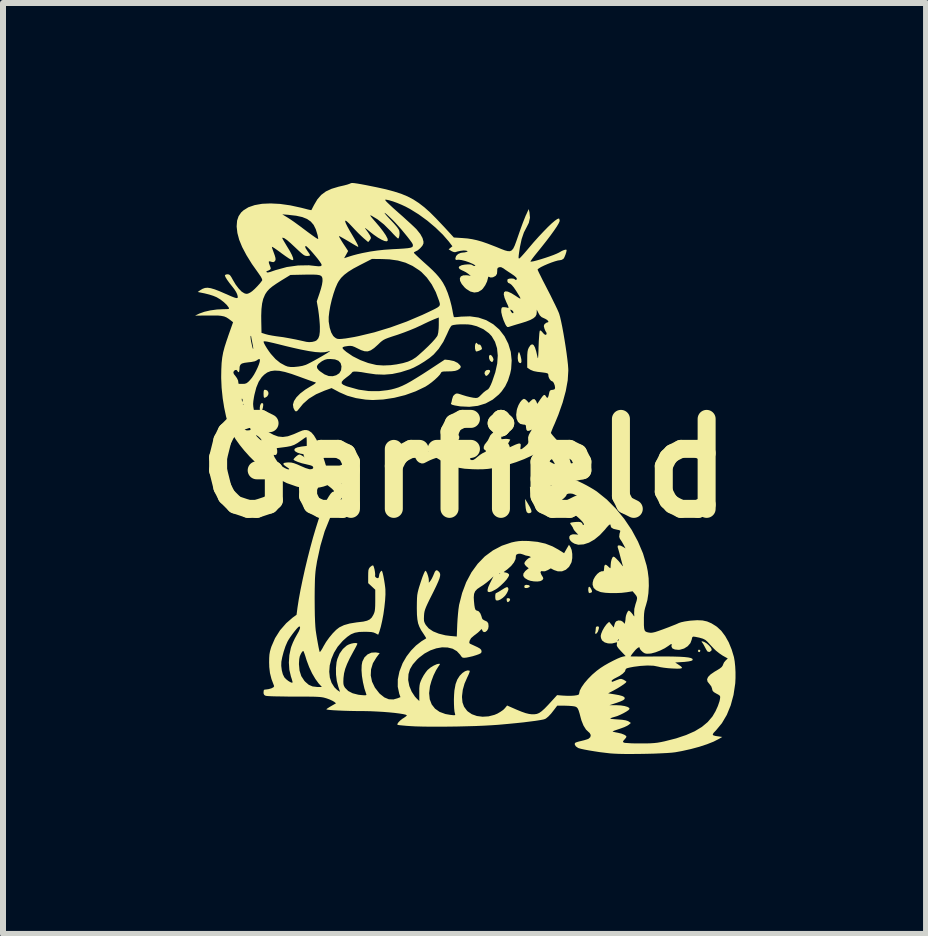
<source format=kicad_pcb>
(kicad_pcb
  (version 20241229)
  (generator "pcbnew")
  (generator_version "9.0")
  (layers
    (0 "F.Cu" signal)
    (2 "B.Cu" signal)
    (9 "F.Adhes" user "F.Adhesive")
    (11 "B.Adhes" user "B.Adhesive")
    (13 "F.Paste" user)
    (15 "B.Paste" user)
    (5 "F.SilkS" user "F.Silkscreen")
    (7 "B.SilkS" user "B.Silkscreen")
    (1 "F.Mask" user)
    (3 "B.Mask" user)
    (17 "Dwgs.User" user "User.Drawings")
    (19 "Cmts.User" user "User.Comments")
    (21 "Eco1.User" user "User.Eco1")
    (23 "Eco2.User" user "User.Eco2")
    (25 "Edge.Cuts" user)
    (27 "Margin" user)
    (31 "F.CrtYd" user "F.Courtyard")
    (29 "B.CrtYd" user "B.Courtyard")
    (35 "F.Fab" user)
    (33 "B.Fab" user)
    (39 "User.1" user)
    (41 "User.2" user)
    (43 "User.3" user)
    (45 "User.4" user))
  (footprint "Garfield"
    (layer "F.Cu")
    (at 4.693 4.754)
    (property "Reference" "Garfield" (at 0 0 0) (layer "F.SilkS") (effects (font (size 1.5 1.5) (thickness 0.3))))
    (attr board_only exclude_from_pos_files exclude_from_bom)
    (fp_poly (pts (xy 3.929 3.036) (xy 3.931 3.045) (xy 3.92 3.064) (xy 3.91 3.066) (xy 3.892 3.055) (xy 3.89 3.045) (xy 3.901 3.027) (xy 3.91 3.024)) (stroke (width 0) (type solid)) (fill yes) (layer "F.SilkS"))
    (fp_poly (pts (xy 0.755 2.175) (xy 0.76 2.196) (xy 0.745 2.219) (xy 0.723 2.234) (xy 0.709 2.224) (xy 0.703 2.201) (xy 0.702 2.175) (xy 0.718 2.167) (xy 0.729 2.166)) (stroke (width 0) (type solid)) (fill yes) (layer "F.SilkS"))
    (fp_poly (pts (xy 0.423 -1.632) (xy 0.427 -1.61) (xy 0.408 -1.576) (xy 0.398 -1.564) (xy 0.374 -1.541) (xy 0.358 -1.539) (xy 0.35 -1.545) (xy 0.333 -1.577) (xy 0.339 -1.609) (xy 0.363 -1.633) (xy 0.397 -1.64)) (stroke (width 0) (type solid)) (fill yes) (layer "F.SilkS"))
    (fp_poly (pts (xy 1.075 1.951) (xy 1.089 1.966) (xy 1.08 1.983) (xy 1.048 1.996) (xy 1.035 1.998) (xy 1.007 1.997) (xy 0.997 1.982) (xy 0.997 1.973) (xy 1.003 1.952) (xy 1.027 1.945) (xy 1.037 1.945)) (stroke (width 0) (type solid)) (fill yes) (layer "F.SilkS"))
    (fp_poly (pts (xy 2.095 1.988) (xy 2.112 2.016) (xy 2.125 2.047) (xy 2.124 2.064) (xy 2.116 2.071) (xy 2.086 2.083) (xy 2.069 2.072) (xy 2.063 2.036) (xy 2.062 2.028) (xy 2.066 1.988) (xy 2.078 1.975)) (stroke (width 0) (type solid)) (fill yes) (layer "F.SilkS"))
    (fp_poly (pts (xy -3.153 -0.804) (xy -3.141 -0.78) (xy -3.139 -0.768) (xy -3.138 -0.739) (xy -3.15 -0.728) (xy -3.172 -0.727) (xy -3.2 -0.73) (xy -3.21 -0.747) (xy -3.211 -0.768) (xy -3.208 -0.798) (xy -3.192 -0.809) (xy -3.178 -0.81)) (stroke (width 0) (type solid)) (fill yes) (layer "F.SilkS"))
    (fp_poly (pts (xy 0.45 -1.878) (xy 0.47 -1.85) (xy 0.482 -1.819) (xy 0.482 -1.805) (xy 0.47 -1.775) (xy 0.45 -1.771) (xy 0.426 -1.792) (xy 0.422 -1.798) (xy 0.41 -1.829) (xy 0.408 -1.861) (xy 0.417 -1.884) (xy 0.428 -1.889)) (stroke (width 0) (type solid)) (fill yes) (layer "F.SilkS"))
    (fp_poly (pts (xy -3.291 -1.297) (xy -3.271 -1.27) (xy -3.268 -1.236) (xy -3.284 -1.203) (xy -3.297 -1.191) (xy -3.326 -1.174) (xy -3.342 -1.175) (xy -3.348 -1.198) (xy -3.35 -1.239) (xy -3.348 -1.281) (xy -3.342 -1.302) (xy -3.328 -1.308) (xy -3.325 -1.308)) (stroke (width 0) (type solid)) (fill yes) (layer "F.SilkS"))
    (fp_poly (pts (xy 2.236 2.641) (xy 2.241 2.657) (xy 2.237 2.681) (xy 2.222 2.726) (xy 2.201 2.755) (xy 2.184 2.761) (xy 2.176 2.751) (xy 2.179 2.74) (xy 2.185 2.71) (xy 2.187 2.677) (xy 2.191 2.648) (xy 2.208 2.637) (xy 2.216 2.637)) (stroke (width 0) (type solid)) (fill yes) (layer "F.SilkS"))
    (fp_poly (pts (xy -3.36 -1.078) (xy -3.357 -1.074) (xy -3.355 -1.052) (xy -3.36 -1.015) (xy -3.37 -0.975) (xy -3.381 -0.943) (xy -3.388 -0.932) (xy -3.4 -0.933) (xy -3.41 -0.961) (xy -3.411 -0.966) (xy -3.413 -1.008) (xy -3.407 -1.046) (xy -3.394 -1.074) (xy -3.377 -1.087)) (stroke (width 0) (type solid)) (fill yes) (layer "F.SilkS"))
    (fp_poly (pts (xy 0.915 -1.927) (xy 0.926 -1.896) (xy 0.934 -1.871) (xy 0.947 -1.814) (xy 0.949 -1.773) (xy 0.94 -1.752) (xy 0.92 -1.753) (xy 0.902 -1.768) (xy 0.892 -1.793) (xy 0.887 -1.834) (xy 0.889 -1.88) (xy 0.897 -1.92) (xy 0.899 -1.924) (xy 0.906 -1.935)) (stroke (width 0) (type solid)) (fill yes) (layer "F.SilkS"))
    (fp_poly (pts (xy 1.051 0.581) (xy 1.088 0.645) (xy 1.109 0.69) (xy 1.117 0.719) (xy 1.111 0.737) (xy 1.106 0.742) (xy 1.072 0.753) (xy 1.043 0.739) (xy 1.038 0.733) (xy 1.029 0.71) (xy 1.02 0.667) (xy 1.015 0.615) (xy 1.015 0.612) (xy 1.009 0.512)) (stroke (width 0) (type solid)) (fill yes) (layer "F.SilkS"))
    (fp_poly (pts (xy 3.995 2.896) (xy 4.035 2.92) (xy 4.074 2.954) (xy 4.105 2.989) (xy 4.106 2.991) (xy 4.12 3.019) (xy 4.115 3.04) (xy 4.111 3.045) (xy 4.083 3.064) (xy 4.054 3.058) (xy 4.045 3.049) (xy 4.031 3.027) (xy 4.011 2.99) (xy 4 2.969) (xy 3.979 2.931) (xy 3.96 2.904) (xy 3.953 2.897) (xy 3.951 2.888) (xy 3.964 2.886)) (stroke (width 0) (type solid)) (fill yes) (layer "F.SilkS"))
    (fp_poly (pts (xy 0.206 -2.085) (xy 0.214 -2.075) (xy 0.234 -2.06) (xy 0.247 -2.061) (xy 0.261 -2.057) (xy 0.277 -2.035) (xy 0.288 -2.005) (xy 0.291 -1.987) (xy 0.279 -1.976) (xy 0.252 -1.962) (xy 0.22 -1.95) (xy 0.195 -1.945) (xy 0.194 -1.945) (xy 0.185 -1.957) (xy 0.177 -1.987) (xy 0.175 -1.995) (xy 0.174 -2.036) (xy 0.18 -2.07) (xy 0.182 -2.072) (xy 0.194 -2.091)) (stroke (width 0) (type solid)) (fill yes) (layer "F.SilkS"))
    (fp_poly (pts (xy 0.722 1.989) (xy 0.731 2.008) (xy 0.731 2.027) (xy 0.719 2.057) (xy 0.706 2.083) (xy 0.678 2.124) (xy 0.639 2.161) (xy 0.598 2.189) (xy 0.559 2.205) (xy 0.529 2.204) (xy 0.522 2.199) (xy 0.515 2.18) (xy 0.512 2.149) (xy 0.513 2.115) (xy 0.518 2.09) (xy 0.524 2.083) (xy 0.54 2.076) (xy 0.573 2.058) (xy 0.616 2.031) (xy 0.623 2.027) (xy 0.67 1.998) (xy 0.7 1.984) (xy 0.717 1.984)) (stroke (width 0) (type solid)) (fill yes) (layer "F.SilkS"))
    (fp_poly (pts (xy -1.834 -4.751) (xy -1.785 -4.744) (xy -1.715 -4.732) (xy -1.641 -4.718) (xy -1.463 -4.682) (xy -1.309 -4.648) (xy -1.175 -4.612) (xy -1.056 -4.574) (xy -0.95 -4.53) (xy -0.853 -4.479) (xy -0.761 -4.419) (xy -0.669 -4.348) (xy -0.575 -4.264) (xy -0.475 -4.164) (xy -0.364 -4.047) (xy -0.332 -4.013) (xy -0.178 -3.845) (xy -0.034 -3.836) (xy 0.05 -3.829) (xy 0.128 -3.817) (xy 0.206 -3.8) (xy 0.291 -3.776) (xy 0.386 -3.743) (xy 0.5 -3.699) (xy 0.536 -3.685) (xy 0.613 -3.653) (xy 0.674 -3.63) (xy 0.721 -3.618) (xy 0.758 -3.617) (xy 0.787 -3.631) (xy 0.813 -3.662) (xy 0.837 -3.712) (xy 0.863 -3.782) (xy 0.895 -3.874) (xy 0.914 -3.929) (xy 0.942 -4.008) (xy 0.971 -4.087) (xy 0.999 -4.158) (xy 1.021 -4.213) (xy 1.026 -4.222) (xy 1.07 -4.319) (xy 1.083 -4.263) (xy 1.091 -4.175) (xy 1.072 -4.09) (xy 1.04 -4.026) (xy 0.99 -3.93) (xy 0.952 -3.819) (xy 0.924 -3.688) (xy 0.92 -3.661) (xy 0.909 -3.591) (xy 0.903 -3.544) (xy 0.901 -3.516) (xy 0.902 -3.501) (xy 0.907 -3.496) (xy 0.912 -3.495) (xy 0.925 -3.505) (xy 0.952 -3.533) (xy 0.99 -3.575) (xy 1.035 -3.627) (xy 1.061 -3.658) (xy 1.15 -3.763) (xy 1.236 -3.859) (xy 1.317 -3.945) (xy 1.389 -4.019) (xy 1.453 -4.08) (xy 1.506 -4.125) (xy 1.546 -4.153) (xy 1.571 -4.162) (xy 1.579 -4.158) (xy 1.586 -4.129) (xy 1.583 -4.111) (xy 1.568 -4.078) (xy 1.537 -4.026) (xy 1.492 -3.96) (xy 1.435 -3.881) (xy 1.369 -3.794) (xy 1.295 -3.7) (xy 1.26 -3.656) (xy 1.208 -3.592) (xy 1.163 -3.536) (xy 1.128 -3.49) (xy 1.106 -3.458) (xy 1.098 -3.444) (xy 1.098 -3.444) (xy 1.116 -3.443) (xy 1.155 -3.45) (xy 1.209 -3.464) (xy 1.274 -3.483) (xy 1.344 -3.505) (xy 1.415 -3.529) (xy 1.481 -3.553) (xy 1.537 -3.576) (xy 1.577 -3.595) (xy 1.592 -3.604) (xy 1.624 -3.622) (xy 1.658 -3.636) (xy 1.687 -3.643) (xy 1.702 -3.639) (xy 1.702 -3.637) (xy 1.697 -3.604) (xy 1.683 -3.56) (xy 1.666 -3.518) (xy 1.651 -3.492) (xy 1.621 -3.473) (xy 1.592 -3.467) (xy 1.557 -3.462) (xy 1.507 -3.448) (xy 1.448 -3.428) (xy 1.387 -3.404) (xy 1.327 -3.378) (xy 1.276 -3.353) (xy 1.238 -3.33) (xy 1.219 -3.314) (xy 1.218 -3.31) (xy 1.224 -3.295) (xy 1.241 -3.258) (xy 1.268 -3.204) (xy 1.302 -3.135) (xy 1.343 -3.056) (xy 1.385 -2.974) (xy 1.432 -2.883) (xy 1.475 -2.795) (xy 1.514 -2.716) (xy 1.546 -2.649) (xy 1.568 -2.599) (xy 1.578 -2.573) (xy 1.593 -2.521) (xy 1.61 -2.447) (xy 1.629 -2.355) (xy 1.648 -2.252) (xy 1.667 -2.14) (xy 1.685 -2.027) (xy 1.701 -1.917) (xy 1.714 -1.816) (xy 1.724 -1.727) (xy 1.729 -1.657) (xy 1.73 -1.626) (xy 1.72 -1.464) (xy 1.688 -1.287) (xy 1.636 -1.095) (xy 1.564 -0.89) (xy 1.503 -0.742) (xy 1.477 -0.684) (xy 1.457 -0.635) (xy 1.444 -0.601) (xy 1.44 -0.588) (xy 1.448 -0.574) (xy 1.472 -0.544) (xy 1.507 -0.504) (xy 1.539 -0.469) (xy 1.613 -0.384) (xy 1.671 -0.307) (xy 1.716 -0.232) (xy 1.751 -0.152) (xy 1.779 -0.062) (xy 1.802 0.044) (xy 1.82 0.149) (xy 1.83 0.182) (xy 1.843 0.2) (xy 1.846 0.201) (xy 1.871 0.207) (xy 1.914 0.226) (xy 1.97 0.253) (xy 2.032 0.285) (xy 2.096 0.321) (xy 2.155 0.356) (xy 2.204 0.388) (xy 2.208 0.391) (xy 2.372 0.523) (xy 2.524 0.676) (xy 2.663 0.846) (xy 2.787 1.03) (xy 2.891 1.223) (xy 2.975 1.421) (xy 3.035 1.622) (xy 3.054 1.716) (xy 3.069 1.836) (xy 3.072 1.962) (xy 3.065 2.085) (xy 3.048 2.198) (xy 3.026 2.278) (xy 3.01 2.33) (xy 2.999 2.377) (xy 2.993 2.428) (xy 2.99 2.491) (xy 2.99 2.543) (xy 2.99 2.617) (xy 2.994 2.669) (xy 3.002 2.702) (xy 3.017 2.722) (xy 3.041 2.733) (xy 3.077 2.741) (xy 3.081 2.741) (xy 3.108 2.744) (xy 3.139 2.74) (xy 3.179 2.731) (xy 3.233 2.713) (xy 3.306 2.687) (xy 3.33 2.678) (xy 3.402 2.651) (xy 3.47 2.624) (xy 3.526 2.602) (xy 3.564 2.585) (xy 3.572 2.581) (xy 3.611 2.568) (xy 3.671 2.555) (xy 3.745 2.544) (xy 3.773 2.541) (xy 3.879 2.534) (xy 3.967 2.538) (xy 4.044 2.555) (xy 4.116 2.586) (xy 4.192 2.633) (xy 4.211 2.647) (xy 4.28 2.711) (xy 4.345 2.798) (xy 4.404 2.903) (xy 4.453 3.023) (xy 4.491 3.149) (xy 4.503 3.218) (xy 4.512 3.305) (xy 4.517 3.4) (xy 4.517 3.496) (xy 4.513 3.581) (xy 4.512 3.592) (xy 4.484 3.779) (xy 4.437 3.953) (xy 4.372 4.112) (xy 4.29 4.251) (xy 4.192 4.37) (xy 4.186 4.376) (xy 4.151 4.413) (xy 4.137 4.438) (xy 4.147 4.453) (xy 4.181 4.463) (xy 4.226 4.47) (xy 4.296 4.48) (xy 4.24 4.513) (xy 4.152 4.558) (xy 4.041 4.602) (xy 3.913 4.644) (xy 3.772 4.682) (xy 3.624 4.715) (xy 3.514 4.735) (xy 3.455 4.742) (xy 3.373 4.748) (xy 3.273 4.753) (xy 3.16 4.758) (xy 3.039 4.761) (xy 2.915 4.763) (xy 2.793 4.764) (xy 2.678 4.764) (xy 2.574 4.762) (xy 2.487 4.758) (xy 2.429 4.754) (xy 2.344 4.744) (xy 2.253 4.733) (xy 2.163 4.719) (xy 2.077 4.705) (xy 2.002 4.691) (xy 1.942 4.678) (xy 1.903 4.667) (xy 1.893 4.663) (xy 1.857 4.638) (xy 1.838 4.609) (xy 1.839 4.585) (xy 1.845 4.578) (xy 1.867 4.568) (xy 1.907 4.556) (xy 1.945 4.547) (xy 1.997 4.534) (xy 2.043 4.52) (xy 2.066 4.511) (xy 2.097 4.483) (xy 2.104 4.448) (xy 2.086 4.414) (xy 2.071 4.401) (xy 2.025 4.357) (xy 1.983 4.29) (xy 1.949 4.205) (xy 1.937 4.162) (xy 1.918 4.089) (xy 1.902 4.038) (xy 1.887 4.005) (xy 1.87 3.986) (xy 1.849 3.975) (xy 1.829 3.97) (xy 1.791 3.965) (xy 1.736 3.961) (xy 1.675 3.959) (xy 1.662 3.959) (xy 1.545 3.959) (xy 1.498 4.021) (xy 1.444 4.09) (xy 1.398 4.139) (xy 1.359 4.171) (xy 1.343 4.18) (xy 1.315 4.189) (xy 1.262 4.199) (xy 1.186 4.211) (xy 1.092 4.223) (xy 0.981 4.237) (xy 0.856 4.25) (xy 0.721 4.263) (xy 0.577 4.276) (xy 0.554 4.278) (xy 0.449 4.285) (xy 0.324 4.292) (xy 0.184 4.298) (xy 0.034 4.302) (xy -0.122 4.306) (xy -0.278 4.308) (xy -0.431 4.309) (xy -0.574 4.309) (xy -0.703 4.307) (xy -0.814 4.304) (xy -0.891 4.3) (xy -0.966 4.295) (xy -1.031 4.289) (xy -1.081 4.284) (xy -1.111 4.28) (xy -1.118 4.278) (xy -1.118 4.261) (xy -1.1 4.234) (xy -1.069 4.203) (xy -1.03 4.173) (xy -1.017 4.166) (xy -0.984 4.143) (xy -0.964 4.126) (xy -0.962 4.119) (xy -0.981 4.109) (xy -1.024 4.099) (xy -1.087 4.089) (xy -1.166 4.079) (xy -1.258 4.07) (xy -1.358 4.062) (xy -1.464 4.056) (xy -1.57 4.051) (xy -1.673 4.049) (xy -1.709 4.049) (xy -1.817 4.048) (xy -1.921 4.046) (xy -2.02 4.043) (xy -2.109 4.039) (xy -2.186 4.035) (xy -2.246 4.03) (xy -2.286 4.025) (xy -2.303 4.02) (xy -2.303 4.018) (xy -2.288 4.006) (xy -2.256 3.985) (xy -2.219 3.963) (xy -2.142 3.919) (xy -2.173 3.894) (xy -2.202 3.877) (xy -2.247 3.856) (xy -2.296 3.838) (xy -2.323 3.83) (xy -2.349 3.823) (xy -2.377 3.818) (xy -2.412 3.814) (xy -2.457 3.811) (xy -2.514 3.809) (xy -2.588 3.808) (xy -2.682 3.807) (xy -2.8 3.807) (xy -2.831 3.807) (xy -2.94 3.807) (xy -3.043 3.805) (xy -3.134 3.804) (xy -3.21 3.802) (xy -3.268 3.799) (xy -3.303 3.796) (xy -3.312 3.795) (xy -3.338 3.781) (xy -3.349 3.757) (xy -3.35 3.736) (xy -3.347 3.704) (xy -3.335 3.691) (xy -3.308 3.689) (xy -3.266 3.683) (xy -3.22 3.67) (xy -3.216 3.668) (xy -3.184 3.651) (xy -3.174 3.635) (xy -3.177 3.623) (xy -3.218 3.514) (xy -3.243 3.415) (xy -3.255 3.312) (xy -3.255 3.295) (xy -3.055 3.295) (xy -3.046 3.368) (xy -3.029 3.434) (xy -3.004 3.485) (xy -3.001 3.489) (xy -2.972 3.519) (xy -2.938 3.546) (xy -2.905 3.566) (xy -2.879 3.576) (xy -2.866 3.571) (xy -2.865 3.568) (xy -2.87 3.55) (xy -2.88 3.514) (xy -2.895 3.468) (xy -2.895 3.467) (xy -2.92 3.36) (xy -2.926 3.267) (xy -2.76 3.267) (xy -2.75 3.374) (xy -2.721 3.466) (xy -2.67 3.544) (xy -2.653 3.562) (xy -2.596 3.611) (xy -2.533 3.638) (xy -2.456 3.647) (xy -2.452 3.647) (xy -2.378 3.647) (xy -2.434 3.585) (xy -2.487 3.512) (xy -2.541 3.42) (xy -2.59 3.315) (xy -2.631 3.206) (xy -2.638 3.184) (xy -2.655 3.128) (xy -2.671 3.082) (xy -2.683 3.053) (xy -2.686 3.047) (xy -2.698 3.051) (xy -2.716 3.074) (xy -2.728 3.095) (xy -2.746 3.136) (xy -2.755 3.181) (xy -2.759 3.239) (xy -2.76 3.267) (xy -2.926 3.267) (xy -2.928 3.24) (xy -2.92 3.117) (xy -2.896 3.002) (xy -2.888 2.976) (xy -2.862 2.909) (xy -2.829 2.839) (xy -2.796 2.78) (xy -2.795 2.778) (xy -2.762 2.72) (xy -2.744 2.675) (xy -2.741 2.647) (xy -2.754 2.637) (xy -2.77 2.648) (xy -2.797 2.676) (xy -2.831 2.717) (xy -2.868 2.765) (xy -2.904 2.815) (xy -2.934 2.861) (xy -2.952 2.893) (xy -2.985 2.969) (xy -3.015 3.06) (xy -3.039 3.152) (xy -3.053 3.226) (xy -3.055 3.295) (xy -3.255 3.295) (xy -3.257 3.239) (xy -3.256 3.164) (xy -3.252 3.106) (xy -3.243 3.055) (xy -3.228 3.001) (xy -3.218 2.971) (xy -3.158 2.833) (xy -3.075 2.702) (xy -2.972 2.584) (xy -2.865 2.491) (xy -2.8 2.444) (xy -2.784 2.322) (xy -2.762 2.181) (xy -2.733 2.024) (xy -2.698 1.855) (xy -2.659 1.679) (xy -2.616 1.5) (xy -2.571 1.324) (xy -2.525 1.155) (xy -2.478 0.997) (xy -2.433 0.855) (xy -2.39 0.734) (xy -2.371 0.685) (xy -2.336 0.606) (xy -2.3 0.534) (xy -2.264 0.473) (xy -2.233 0.427) (xy -2.207 0.4) (xy -2.194 0.394) (xy -2.176 0.389) (xy -2.18 0.373) (xy -2.208 0.344) (xy -2.228 0.327) (xy -2.284 0.283) (xy -2.35 0.306) (xy -2.41 0.32) (xy -2.488 0.329) (xy -2.576 0.331) (xy -2.665 0.327) (xy -2.747 0.318) (xy -2.793 0.308) (xy -2.962 0.249) (xy -3.131 0.164) (xy -3.297 0.056) (xy -3.459 -0.074) (xy -3.506 -0.118) (xy -3.589 -0.201) (xy -3.608 -0.223) (xy -3.18 -0.223) (xy -3.178 -0.207) (xy -3.165 -0.179) (xy -3.144 -0.145) (xy -3.119 -0.108) (xy -3.092 -0.074) (xy -3.071 -0.054) (xy -3.035 -0.026) (xy -2.995 -0.002) (xy -2.958 0.015) (xy -2.932 0.021) (xy -2.921 0.014) (xy -2.921 0.014) (xy -2.931 0.003) (xy -2.958 -0.016) (xy -2.978 -0.029) (xy -3.013 -0.056) (xy -3.021 -0.076) (xy -3.003 -0.089) (xy -2.958 -0.095) (xy -2.931 -0.096) (xy -2.888 -0.094) (xy -2.843 -0.083) (xy -2.789 -0.063) (xy -2.733 -0.038) (xy -2.649 -0.002) (xy -2.586 0.017) (xy -2.544 0.02) (xy -2.523 0.007) (xy -2.522 -0.01) (xy -2.527 -0.026) (xy -2.542 -0.038) (xy -2.572 -0.049) (xy -2.623 -0.061) (xy -2.639 -0.065) (xy -2.712 -0.082) (xy -2.778 -0.104) (xy -2.827 -0.125) (xy -2.85 -0.14) (xy -2.847 -0.153) (xy -2.829 -0.175) (xy -2.802 -0.2) (xy -2.775 -0.22) (xy -2.755 -0.228) (xy -2.754 -0.228) (xy -2.727 -0.22) (xy -2.695 -0.201) (xy -2.666 -0.183) (xy -2.637 -0.173) (xy -2.619 -0.174) (xy -2.616 -0.179) (xy -2.612 -0.195) (xy -2.608 -0.204) (xy -2.611 -0.217) (xy -2.631 -0.226) (xy -2.675 -0.232) (xy -2.676 -0.232) (xy -2.737 -0.243) (xy -2.788 -0.26) (xy -2.823 -0.281) (xy -2.838 -0.303) (xy -2.838 -0.304) (xy -2.826 -0.328) (xy -2.789 -0.346) (xy -2.726 -0.359) (xy -2.708 -0.362) (xy -2.63 -0.371) (xy -2.63 -0.445) (xy -2.631 -0.486) (xy -2.634 -0.513) (xy -2.637 -0.519) (xy -2.652 -0.511) (xy -2.681 -0.492) (xy -2.717 -0.466) (xy -2.783 -0.42) (xy -2.838 -0.389) (xy -2.895 -0.369) (xy -2.962 -0.356) (xy -3.006 -0.35) (xy -3.13 -0.334) (xy -3.122 -0.29) (xy -3.123 -0.254) (xy -3.136 -0.227) (xy -3.156 -0.217) (xy -3.169 -0.221) (xy -3.18 -0.223) (xy -3.608 -0.223) (xy -3.671 -0.293) (xy -3.747 -0.387) (xy -3.813 -0.479) (xy -3.858 -0.55) (xy -3.476 -0.55) (xy -3.466 -0.534) (xy -3.447 -0.514) (xy -3.417 -0.485) (xy -3.394 -0.467) (xy -3.386 -0.464) (xy -3.385 -0.472) (xy -3.401 -0.493) (xy -3.406 -0.5) (xy -3.437 -0.529) (xy -3.467 -0.549) (xy -3.467 -0.55) (xy -3.476 -0.55) (xy -3.858 -0.55) (xy -3.866 -0.562) (xy -3.892 -0.613) (xy -3.936 -0.727) (xy -3.975 -0.862) (xy -3.777 -0.862) (xy -3.72 -0.746) (xy -3.692 -0.692) (xy -3.672 -0.657) (xy -3.655 -0.639) (xy -3.638 -0.631) (xy -3.619 -0.63) (xy -3.586 -0.632) (xy -3.567 -0.638) (xy -3.567 -0.638) (xy -3.568 -0.655) (xy -3.579 -0.677) (xy -3.592 -0.705) (xy -3.608 -0.751) (xy -3.624 -0.806) (xy -3.627 -0.816) (xy -3.64 -0.868) (xy -3.652 -0.907) (xy -3.659 -0.929) (xy -3.66 -0.931) (xy -3.674 -0.927) (xy -3.702 -0.912) (xy -3.721 -0.899) (xy -3.777 -0.862) (xy -3.975 -0.862) (xy -3.975 -0.863) (xy -4.007 -1.014) (xy -4.015 -1.066) (xy -3.696 -1.066) (xy -3.689 -1.059) (xy -3.682 -1.066) (xy -3.687 -1.071) (xy -3.524 -1.071) (xy -3.521 -1.028) (xy -3.513 -0.979) (xy -3.511 -0.965) (xy -3.495 -0.903) (xy -3.473 -0.841) (xy -3.455 -0.8) (xy -3.408 -0.73) (xy -3.341 -0.661) (xy -3.262 -0.599) (xy -3.186 -0.557) (xy -3.107 -0.528) (xy -3.028 -0.52) (xy -2.944 -0.532) (xy -2.849 -0.566) (xy -2.823 -0.577) (xy -2.753 -0.608) (xy -2.702 -0.628) (xy -2.664 -0.636) (xy -2.633 -0.635) (xy -2.602 -0.627) (xy -2.596 -0.624) (xy -2.553 -0.596) (xy -2.51 -0.546) (xy -2.467 -0.474) (xy -2.423 -0.378) (xy -2.378 -0.256) (xy -2.331 -0.111) (xy -2.293 0.014) (xy -2.119 0.188) (xy -1.945 0.363) (xy -2.024 0.465) (xy -2.141 0.637) (xy -2.243 0.833) (xy -2.331 1.051) (xy -2.402 1.292) (xy -2.459 1.555) (xy -2.467 1.606) (xy -2.477 1.665) (xy -2.484 1.722) (xy -2.489 1.781) (xy -2.493 1.847) (xy -2.495 1.924) (xy -2.497 2.018) (xy -2.498 2.133) (xy -2.498 2.18) (xy -2.497 2.325) (xy -2.495 2.453) (xy -2.491 2.56) (xy -2.486 2.644) (xy -2.481 2.699) (xy -2.471 2.767) (xy -2.459 2.84) (xy -2.446 2.913) (xy -2.434 2.978) (xy -2.423 3.03) (xy -2.415 3.061) (xy -2.415 3.064) (xy -2.406 3.06) (xy -2.389 3.037) (xy -2.365 2.997) (xy -2.351 2.97) (xy -2.308 2.897) (xy -2.255 2.823) (xy -2.197 2.753) (xy -2.14 2.695) (xy -2.089 2.655) (xy -2.086 2.653) (xy -2.009 2.616) (xy -1.914 2.589) (xy -1.796 2.57) (xy -1.769 2.567) (xy -1.685 2.557) (xy -1.624 2.542) (xy -1.58 2.521) (xy -1.547 2.49) (xy -1.521 2.447) (xy -1.519 2.443) (xy -1.506 2.414) (xy -1.497 2.383) (xy -1.492 2.345) (xy -1.489 2.293) (xy -1.488 2.221) (xy -1.488 2.203) (xy -1.488 2.026) (xy -1.547 1.971) (xy -1.606 1.916) (xy -1.606 1.798) (xy -1.605 1.74) (xy -1.602 1.701) (xy -1.594 1.676) (xy -1.581 1.656) (xy -1.57 1.645) (xy -1.544 1.625) (xy -1.525 1.62) (xy -1.523 1.621) (xy -1.512 1.644) (xy -1.501 1.684) (xy -1.493 1.729) (xy -1.489 1.768) (xy -1.491 1.789) (xy -1.488 1.812) (xy -1.465 1.829) (xy -1.443 1.834) (xy -1.43 1.822) (xy -1.425 1.796) (xy -1.419 1.762) (xy -1.404 1.73) (xy -1.386 1.711) (xy -1.38 1.709) (xy -1.372 1.722) (xy -1.362 1.756) (xy -1.351 1.806) (xy -1.34 1.866) (xy -1.33 1.928) (xy -1.322 1.989) (xy -1.319 2.021) (xy -1.318 2.104) (xy -1.324 2.206) (xy -1.336 2.319) (xy -1.352 2.434) (xy -1.373 2.546) (xy -1.396 2.646) (xy -1.42 2.727) (xy -1.424 2.738) (xy -1.439 2.776) (xy -1.484 2.752) (xy -1.515 2.739) (xy -1.556 2.731) (xy -1.613 2.728) (xy -1.668 2.727) (xy -1.757 2.73) (xy -1.829 2.743) (xy -1.893 2.769) (xy -1.954 2.811) (xy -2.022 2.871) (xy -2.036 2.885) (xy -2.115 2.977) (xy -2.176 3.077) (xy -2.22 3.182) (xy -2.247 3.288) (xy -2.255 3.392) (xy -2.245 3.49) (xy -2.216 3.578) (xy -2.168 3.653) (xy -2.123 3.697) (xy -2.094 3.717) (xy -2.078 3.727) (xy -2.076 3.726) (xy -2.081 3.711) (xy -2.092 3.678) (xy -2.105 3.639) (xy -2.129 3.547) (xy -2.142 3.442) (xy -2.143 3.334) (xy -2.133 3.234) (xy -2.12 3.181) (xy -2.082 3.09) (xy -2.028 3.014) (xy -1.964 2.957) (xy -1.932 2.94) (xy -1.89 2.925) (xy -1.847 2.916) (xy -1.81 2.914) (xy -1.789 2.92) (xy -1.786 2.925) (xy -1.792 2.942) (xy -1.809 2.976) (xy -1.835 3.024) (xy -1.855 3.06) (xy -1.914 3.17) (xy -1.958 3.264) (xy -1.989 3.345) (xy -2.008 3.42) (xy -2.017 3.492) (xy -2.018 3.502) (xy -2.02 3.56) (xy -2.018 3.599) (xy -2.01 3.628) (xy -1.995 3.655) (xy -1.991 3.661) (xy -1.939 3.714) (xy -1.865 3.752) (xy -1.771 3.776) (xy -1.731 3.781) (xy -1.679 3.785) (xy -1.649 3.785) (xy -1.636 3.78) (xy -1.636 3.77) (xy -1.637 3.769) (xy -1.669 3.671) (xy -1.693 3.567) (xy -1.71 3.463) (xy -1.717 3.366) (xy -1.714 3.282) (xy -1.703 3.224) (xy -1.668 3.154) (xy -1.616 3.104) (xy -1.552 3.075) (xy -1.479 3.071) (xy -1.468 3.073) (xy -1.414 3.082) (xy -1.468 3.154) (xy -1.527 3.251) (xy -1.558 3.353) (xy -1.563 3.455) (xy -1.542 3.557) (xy -1.494 3.657) (xy -1.421 3.751) (xy -1.409 3.763) (xy -1.336 3.821) (xy -1.262 3.852) (xy -1.185 3.855) (xy -1.115 3.835) (xy -1.068 3.816) (xy -1.088 3.76) (xy -1.113 3.643) (xy -1.112 3.52) (xy -1.085 3.389) (xy -1.032 3.251) (xy -1.023 3.235) (xy -0.966 3.137) (xy -0.892 3.041) (xy -0.809 2.956) (xy -0.724 2.89) (xy -0.716 2.884) (xy -0.677 2.86) (xy -0.649 2.843) (xy -0.639 2.836) (xy -0.644 2.824) (xy -0.661 2.796) (xy -0.683 2.762) (xy -0.724 2.7) (xy -0.753 2.643) (xy -0.774 2.585) (xy -0.786 2.52) (xy -0.793 2.442) (xy -0.795 2.344) (xy -0.795 2.319) (xy -0.794 2.232) (xy -0.792 2.167) (xy -0.788 2.115) (xy -0.78 2.07) (xy -0.769 2.025) (xy -0.758 1.986) (xy -0.728 1.893) (xy -0.702 1.816) (xy -0.679 1.758) (xy -0.662 1.722) (xy -0.651 1.709) (xy -0.638 1.722) (xy -0.623 1.752) (xy -0.609 1.793) (xy -0.598 1.835) (xy -0.595 1.865) (xy -0.595 1.91) (xy -0.567 1.876) (xy -0.546 1.842) (xy -0.524 1.796) (xy -0.514 1.772) (xy -0.494 1.725) (xy -0.475 1.703) (xy -0.455 1.703) (xy -0.429 1.724) (xy -0.428 1.724) (xy -0.414 1.743) (xy -0.406 1.766) (xy -0.407 1.796) (xy -0.417 1.836) (xy -0.438 1.89) (xy -0.469 1.959) (xy -0.512 2.048) (xy -0.541 2.106) (xy -0.585 2.193) (xy -0.617 2.26) (xy -0.64 2.311) (xy -0.656 2.352) (xy -0.666 2.386) (xy -0.672 2.419) (xy -0.675 2.454) (xy -0.677 2.509) (xy -0.675 2.548) (xy -0.664 2.58) (xy -0.646 2.613) (xy -0.597 2.671) (xy -0.524 2.72) (xy -0.43 2.758) (xy -0.318 2.786) (xy -0.23 2.797) (xy -0.129 2.806) (xy -0.121 2.601) (xy -0.116 2.516) (xy -0.109 2.43) (xy -0.101 2.352) (xy -0.092 2.29) (xy -0.091 2.281) (xy -0.04 2.081) (xy 0.028 1.9) (xy 0.104 1.758) (xy 0.581 1.758) (xy 0.588 1.765) (xy 0.595 1.758) (xy 0.588 1.751) (xy 0.581 1.758) (xy 0.104 1.758) (xy 0.115 1.737) (xy 0.219 1.594) (xy 0.338 1.471) (xy 0.473 1.371) (xy 0.623 1.292) (xy 0.786 1.237) (xy 0.788 1.237) (xy 0.848 1.224) (xy 0.902 1.216) (xy 0.961 1.212) (xy 1.034 1.213) (xy 1.072 1.214) (xy 1.217 1.228) (xy 1.347 1.257) (xy 1.468 1.304) (xy 1.564 1.357) (xy 1.66 1.417) (xy 1.7 1.347) (xy 1.741 1.277) (xy 1.766 1.315) (xy 1.786 1.364) (xy 1.796 1.429) (xy 1.796 1.499) (xy 1.785 1.562) (xy 1.78 1.576) (xy 1.742 1.645) (xy 1.689 1.693) (xy 1.626 1.719) (xy 1.557 1.72) (xy 1.491 1.698) (xy 1.438 1.67) (xy 1.39 1.698) (xy 1.341 1.718) (xy 1.309 1.718) (xy 1.277 1.716) (xy 1.266 1.733) (xy 1.276 1.766) (xy 1.286 1.784) (xy 1.307 1.818) (xy 1.313 1.838) (xy 1.306 1.854) (xy 1.293 1.868) (xy 1.262 1.883) (xy 1.214 1.889) (xy 1.156 1.887) (xy 1.098 1.877) (xy 1.057 1.863) (xy 1.004 1.831) (xy 0.979 1.796) (xy 0.981 1.758) (xy 1.011 1.716) (xy 1.033 1.697) (xy 1.07 1.668) (xy 1.033 1.639) (xy 1.008 1.612) (xy 0.997 1.586) (xy 0.997 1.585) (xy 1.007 1.561) (xy 1.032 1.531) (xy 1.063 1.504) (xy 1.091 1.489) (xy 1.098 1.488) (xy 1.106 1.484) (xy 1.095 1.475) (xy 1.074 1.466) (xy 1.051 1.461) (xy 1.047 1.461) (xy 1.018 1.455) (xy 0.98 1.44) (xy 0.975 1.438) (xy 0.933 1.426) (xy 0.894 1.427) (xy 0.866 1.44) (xy 0.855 1.462) (xy 0.856 1.466) (xy 0.851 1.515) (xy 0.824 1.571) (xy 0.777 1.63) (xy 0.713 1.687) (xy 0.678 1.712) (xy 0.656 1.729) (xy 0.656 1.735) (xy 0.672 1.736) (xy 0.707 1.745) (xy 0.726 1.755) (xy 0.742 1.771) (xy 0.742 1.788) (xy 0.73 1.814) (xy 0.702 1.855) (xy 0.658 1.904) (xy 0.606 1.954) (xy 0.554 1.998) (xy 0.519 2.021) (xy 0.457 2.054) (xy 0.413 2.066) (xy 0.388 2.059) (xy 0.383 2.031) (xy 0.395 1.983) (xy 0.426 1.914) (xy 0.427 1.913) (xy 0.482 1.804) (xy 0.418 1.865) (xy 0.37 1.905) (xy 0.312 1.948) (xy 0.268 1.976) (xy 0.212 2.014) (xy 0.177 2.052) (xy 0.159 2.096) (xy 0.154 2.154) (xy 0.157 2.212) (xy 0.164 2.283) (xy 0.172 2.33) (xy 0.182 2.358) (xy 0.196 2.371) (xy 0.208 2.374) (xy 0.238 2.387) (xy 0.264 2.421) (xy 0.283 2.469) (xy 0.285 2.48) (xy 0.298 2.515) (xy 0.326 2.535) (xy 0.339 2.54) (xy 0.377 2.559) (xy 0.396 2.588) (xy 0.401 2.635) (xy 0.394 2.676) (xy 0.375 2.708) (xy 0.35 2.728) (xy 0.324 2.733) (xy 0.303 2.718) (xy 0.297 2.704) (xy 0.29 2.686) (xy 0.28 2.685) (xy 0.261 2.704) (xy 0.255 2.711) (xy 0.224 2.74) (xy 0.182 2.773) (xy 0.16 2.789) (xy 0.109 2.833) (xy 0.085 2.876) (xy 0.079 2.908) (xy 0.088 2.924) (xy 0.109 2.934) (xy 0.142 2.949) (xy 0.187 2.97) (xy 0.215 2.983) (xy 0.256 3.006) (xy 0.277 3.027) (xy 0.284 3.05) (xy 0.284 3.052) (xy 0.281 3.072) (xy 0.267 3.087) (xy 0.238 3.101) (xy 0.193 3.117) (xy 0.134 3.135) (xy 0.073 3.149) (xy 0.033 3.157) (xy -0.008 3.161) (xy -0.033 3.157) (xy -0.052 3.14) (xy -0.073 3.109) (xy -0.128 3.05) (xy -0.199 3.009) (xy -0.282 2.989) (xy -0.374 2.986) (xy -0.471 3.003) (xy -0.569 3.037) (xy -0.666 3.089) (xy -0.758 3.159) (xy -0.79 3.189) (xy -0.862 3.271) (xy -0.909 3.35) (xy -0.934 3.433) (xy -0.939 3.524) (xy -0.938 3.538) (xy -0.92 3.631) (xy -0.881 3.725) (xy -0.827 3.807) (xy -0.798 3.839) (xy -0.754 3.881) (xy -0.754 3.74) (xy -0.754 3.673) (xy -0.75 3.625) (xy -0.743 3.586) (xy -0.729 3.548) (xy -0.711 3.508) (xy -0.681 3.453) (xy -0.645 3.4) (xy -0.616 3.364) (xy -0.568 3.324) (xy -0.513 3.29) (xy -0.461 3.267) (xy -0.425 3.26) (xy -0.411 3.262) (xy -0.413 3.274) (xy -0.431 3.3) (xy -0.435 3.305) (xy -0.476 3.371) (xy -0.517 3.455) (xy -0.551 3.546) (xy -0.576 3.634) (xy -0.576 3.635) (xy -0.59 3.75) (xy -0.58 3.852) (xy -0.547 3.938) (xy -0.492 4.008) (xy -0.416 4.062) (xy -0.318 4.098) (xy -0.237 4.112) (xy -0.189 4.117) (xy -0.164 4.117) (xy -0.155 4.111) (xy -0.157 4.098) (xy -0.158 4.096) (xy -0.167 4.059) (xy -0.173 4.002) (xy -0.176 3.932) (xy -0.177 3.854) (xy -0.174 3.778) (xy -0.169 3.708) (xy -0.167 3.696) (xy -0.149 3.599) (xy -0.121 3.524) (xy -0.081 3.461) (xy -0.035 3.414) (xy 0.008 3.385) (xy 0.049 3.371) (xy 0.08 3.374) (xy 0.087 3.379) (xy 0.085 3.395) (xy 0.073 3.428) (xy 0.053 3.472) (xy 0.049 3.479) (xy 0.000016 3.591) (xy -0.029 3.694) (xy -0.041 3.794) (xy -0.042 3.817) (xy -0.034 3.904) (xy -0.008 3.976) (xy 0.038 4.038) (xy 0.053 4.054) (xy 0.122 4.101) (xy 0.206 4.131) (xy 0.301 4.143) (xy 0.4 4.137) (xy 0.498 4.112) (xy 0.548 4.091) (xy 0.599 4.061) (xy 0.645 4.029) (xy 0.673 4.001) (xy 0.71 3.956) (xy 0.87 4.026) (xy 0.953 4.06) (xy 1.019 4.083) (xy 1.073 4.096) (xy 1.118 4.102) (xy 1.165 4.102) (xy 1.206 4.096) (xy 1.245 4.08) (xy 1.286 4.051) (xy 1.335 4.007) (xy 1.394 3.946) (xy 1.427 3.91) (xy 1.543 3.783) (xy 1.644 3.791) (xy 1.709 3.794) (xy 1.779 3.794) (xy 1.827 3.791) (xy 1.874 3.784) (xy 1.9 3.776) (xy 1.909 3.764) (xy 1.91 3.756) (xy 1.911 3.753) (xy 2.394 3.753) (xy 2.496 3.769) (xy 2.575 3.783) (xy 2.63 3.798) (xy 2.661 3.814) (xy 2.671 3.832) (xy 2.671 3.833) (xy 2.665 3.851) (xy 2.643 3.868) (xy 2.603 3.887) (xy 2.54 3.91) (xy 2.512 3.919) (xy 2.415 3.951) (xy 2.536 3.951) (xy 2.607 3.955) (xy 2.669 3.965) (xy 2.716 3.979) (xy 2.745 3.996) (xy 2.75 4.013) (xy 2.734 4.032) (xy 2.699 4.056) (xy 2.652 4.083) (xy 2.599 4.109) (xy 2.548 4.131) (xy 2.519 4.14) (xy 2.465 4.156) (xy 2.435 4.167) (xy 2.43 4.174) (xy 2.451 4.18) (xy 2.497 4.184) (xy 2.55 4.188) (xy 2.629 4.194) (xy 2.686 4.203) (xy 2.724 4.215) (xy 2.736 4.222) (xy 2.773 4.247) (xy 2.738 4.277) (xy 2.709 4.295) (xy 2.662 4.317) (xy 2.605 4.338) (xy 2.582 4.346) (xy 2.531 4.363) (xy 2.491 4.377) (xy 2.47 4.387) (xy 2.468 4.389) (xy 2.483 4.395) (xy 2.518 4.403) (xy 2.555 4.41) (xy 2.615 4.424) (xy 2.663 4.443) (xy 2.692 4.462) (xy 2.699 4.476) (xy 2.691 4.493) (xy 2.669 4.52) (xy 2.665 4.524) (xy 2.644 4.549) (xy 2.642 4.563) (xy 2.655 4.574) (xy 2.676 4.579) (xy 2.72 4.582) (xy 2.781 4.586) (xy 2.856 4.588) (xy 2.926 4.588) (xy 3.022 4.588) (xy 3.097 4.586) (xy 3.159 4.582) (xy 3.215 4.576) (xy 3.272 4.566) (xy 3.334 4.553) (xy 3.527 4.504) (xy 3.694 4.448) (xy 3.837 4.385) (xy 3.956 4.313) (xy 4.053 4.232) (xy 4.129 4.143) (xy 4.136 4.133) (xy 4.184 4.051) (xy 4.223 3.965) (xy 4.251 3.883) (xy 4.259 3.841) (xy 4.262 3.812) (xy 4.255 3.793) (xy 4.233 3.776) (xy 4.199 3.758) (xy 4.158 3.734) (xy 4.137 3.713) (xy 4.128 3.687) (xy 4.128 3.68) (xy 4.113 3.637) (xy 4.083 3.598) (xy 4.051 3.558) (xy 4.043 3.519) (xy 4.06 3.48) (xy 4.101 3.438) (xy 4.168 3.392) (xy 4.201 3.373) (xy 4.253 3.341) (xy 4.286 3.315) (xy 4.303 3.291) (xy 4.308 3.278) (xy 4.325 3.239) (xy 4.353 3.205) (xy 4.388 3.172) (xy 4.304 3.125) (xy 4.248 3.087) (xy 4.19 3.041) (xy 4.156 3.008) (xy 4.114 2.964) (xy 4.074 2.92) (xy 4.048 2.892) (xy 4.015 2.863) (xy 3.973 2.842) (xy 3.915 2.825) (xy 3.846 2.811) (xy 3.814 2.807) (xy 3.798 2.815) (xy 3.79 2.841) (xy 3.788 2.855) (xy 3.765 2.916) (xy 3.72 2.968) (xy 3.66 3.006) (xy 3.591 3.026) (xy 3.566 3.028) (xy 3.506 3.022) (xy 3.466 3.005) (xy 3.45 2.977) (xy 3.45 2.961) (xy 3.454 2.937) (xy 3.448 2.93) (xy 3.429 2.94) (xy 3.4 2.961) (xy 3.337 3.002) (xy 3.262 3.039) (xy 3.184 3.069) (xy 3.113 3.088) (xy 3.086 3.091) (xy 3.039 3.093) (xy 3.007 3.087) (xy 2.978 3.07) (xy 2.965 3.059) (xy 2.937 3.032) (xy 2.922 3.008) (xy 2.921 3.002) (xy 2.915 2.985) (xy 2.895 2.99) (xy 2.872 3.008) (xy 2.85 3.029) (xy 2.823 3.061) (xy 2.796 3.094) (xy 2.776 3.122) (xy 2.768 3.137) (xy 2.782 3.138) (xy 2.819 3.139) (xy 2.878 3.139) (xy 2.954 3.14) (xy 3.045 3.14) (xy 3.147 3.139) (xy 3.201 3.139) (xy 3.355 3.138) (xy 3.483 3.14) (xy 3.588 3.143) (xy 3.669 3.148) (xy 3.73 3.155) (xy 3.771 3.164) (xy 3.795 3.175) (xy 3.803 3.185) (xy 3.8 3.201) (xy 3.778 3.212) (xy 3.734 3.221) (xy 3.667 3.229) (xy 3.635 3.231) (xy 3.512 3.239) (xy 3.565 3.274) (xy 3.604 3.301) (xy 3.624 3.321) (xy 3.622 3.333) (xy 3.597 3.34) (xy 3.547 3.342) (xy 3.472 3.339) (xy 3.466 3.339) (xy 3.393 3.334) (xy 3.324 3.326) (xy 3.266 3.317) (xy 3.233 3.309) (xy 3.153 3.293) (xy 3.051 3.289) (xy 2.933 3.296) (xy 2.823 3.31) (xy 2.759 3.322) (xy 2.717 3.332) (xy 2.694 3.342) (xy 2.686 3.353) (xy 2.685 3.357) (xy 2.673 3.389) (xy 2.637 3.426) (xy 2.584 3.463) (xy 2.532 3.49) (xy 2.49 3.512) (xy 2.46 3.533) (xy 2.45 3.547) (xy 2.459 3.561) (xy 2.467 3.56) (xy 2.49 3.551) (xy 2.527 3.536) (xy 2.545 3.529) (xy 2.584 3.515) (xy 2.61 3.512) (xy 2.638 3.521) (xy 2.652 3.527) (xy 2.682 3.545) (xy 2.698 3.558) (xy 2.699 3.561) (xy 2.687 3.576) (xy 2.656 3.601) (xy 2.61 3.632) (xy 2.554 3.667) (xy 2.493 3.701) (xy 2.488 3.704) (xy 2.394 3.753) (xy 1.911 3.753) (xy 1.921 3.708) (xy 1.952 3.649) (xy 1.999 3.582) (xy 2.059 3.512) (xy 2.128 3.442) (xy 2.204 3.377) (xy 2.269 3.329) (xy 2.333 3.288) (xy 2.405 3.247) (xy 2.478 3.209) (xy 2.546 3.176) (xy 2.603 3.152) (xy 2.64 3.141) (xy 2.686 3.132) (xy 2.608 3.05) (xy 2.569 3.007) (xy 2.547 2.977) (xy 2.538 2.955) (xy 2.539 2.933) (xy 2.539 2.932) (xy 2.543 2.907) (xy 2.534 2.903) (xy 2.523 2.906) (xy 2.458 2.922) (xy 2.393 2.921) (xy 2.336 2.904) (xy 2.31 2.884) (xy 2.551 2.884) (xy 2.561 2.878) (xy 2.562 2.876) (xy 2.573 2.858) (xy 2.572 2.851) (xy 2.562 2.855) (xy 2.555 2.868) (xy 2.551 2.884) (xy 2.31 2.884) (xy 2.295 2.873) (xy 2.291 2.868) (xy 2.275 2.832) (xy 2.27 2.796) (xy 2.279 2.757) (xy 2.3 2.706) (xy 2.33 2.653) (xy 2.363 2.607) (xy 2.38 2.589) (xy 2.411 2.561) (xy 2.45 2.609) (xy 2.488 2.656) (xy 2.498 2.613) (xy 2.51 2.577) (xy 2.527 2.553) (xy 2.565 2.538) (xy 2.608 2.542) (xy 2.643 2.563) (xy 2.645 2.566) (xy 2.668 2.595) (xy 2.677 2.564) (xy 2.683 2.526) (xy 2.685 2.494) (xy 2.691 2.46) (xy 2.704 2.422) (xy 2.72 2.39) (xy 2.736 2.374) (xy 2.739 2.374) (xy 2.756 2.384) (xy 2.781 2.409) (xy 2.806 2.44) (xy 2.82 2.462) (xy 2.828 2.471) (xy 2.83 2.458) (xy 2.827 2.421) (xy 2.83 2.346) (xy 2.85 2.267) (xy 2.868 2.212) (xy 2.876 2.175) (xy 2.874 2.149) (xy 2.862 2.125) (xy 2.841 2.098) (xy 2.802 2.052) (xy 2.703 2.068) (xy 2.617 2.078) (xy 2.524 2.082) (xy 2.432 2.082) (xy 2.347 2.077) (xy 2.28 2.067) (xy 2.26 2.062) (xy 2.194 2.034) (xy 2.152 1.995) (xy 2.135 1.944) (xy 2.136 1.907) (xy 2.149 1.856) (xy 2.177 1.806) (xy 2.212 1.763) (xy 2.251 1.732) (xy 2.289 1.717) (xy 2.308 1.719) (xy 2.321 1.713) (xy 2.326 1.68) (xy 2.326 1.679) (xy 2.33 1.631) (xy 2.343 1.609) (xy 2.364 1.613) (xy 2.387 1.631) (xy 2.412 1.655) (xy 2.428 1.667) (xy 2.43 1.668) (xy 2.434 1.656) (xy 2.436 1.625) (xy 2.436 1.615) (xy 2.441 1.564) (xy 2.452 1.519) (xy 2.467 1.486) (xy 2.484 1.474) (xy 2.504 1.484) (xy 2.534 1.512) (xy 2.571 1.551) (xy 2.608 1.596) (xy 2.62 1.613) (xy 2.636 1.633) (xy 2.64 1.631) (xy 2.637 1.62) (xy 2.629 1.594) (xy 2.617 1.55) (xy 2.602 1.494) (xy 2.595 1.467) (xy 2.58 1.41) (xy 2.566 1.36) (xy 2.556 1.327) (xy 2.553 1.319) (xy 2.553 1.295) (xy 2.571 1.286) (xy 2.604 1.292) (xy 2.636 1.308) (xy 2.684 1.337) (xy 2.648 1.271) (xy 2.624 1.228) (xy 2.601 1.193) (xy 2.591 1.18) (xy 2.578 1.144) (xy 2.584 1.092) (xy 2.595 1.057) (xy 2.595 1.042) (xy 2.576 1.032) (xy 2.546 1.026) (xy 2.485 1.012) (xy 2.449 0.992) (xy 2.436 0.966) (xy 2.436 0.962) (xy 2.433 0.941) (xy 2.423 0.938) (xy 2.402 0.953) (xy 2.37 0.988) (xy 2.341 1.024) (xy 2.255 1.116) (xy 2.166 1.189) (xy 2.075 1.241) (xy 1.986 1.27) (xy 1.901 1.276) (xy 1.888 1.274) (xy 1.832 1.258) (xy 1.789 1.232) (xy 1.76 1.201) (xy 1.746 1.168) (xy 1.748 1.137) (xy 1.768 1.114) (xy 1.807 1.102) (xy 1.84 1.103) (xy 1.896 1.108) (xy 1.855 1.066) (xy 1.829 1.036) (xy 1.815 1.013) (xy 1.813 1.008) (xy 1.805 0.988) (xy 1.786 0.959) (xy 1.784 0.956) (xy 1.766 0.93) (xy 1.76 0.914) (xy 1.761 0.913) (xy 1.781 0.906) (xy 1.818 0.9) (xy 1.863 0.896) (xy 1.904 0.895) (xy 1.93 0.898) (xy 1.956 0.912) (xy 1.966 0.928) (xy 1.973 0.946) (xy 1.979 0.948) (xy 1.991 0.94) (xy 1.984 0.919) (xy 1.96 0.886) (xy 1.922 0.847) (xy 1.872 0.803) (xy 1.836 0.775) (xy 1.794 0.742) (xy 1.762 0.715) (xy 1.746 0.698) (xy 1.744 0.695) (xy 1.755 0.682) (xy 1.781 0.662) (xy 1.789 0.658) (xy 1.82 0.641) (xy 1.842 0.639) (xy 1.864 0.651) (xy 1.897 0.667) (xy 1.92 0.671) (xy 1.924 0.665) (xy 1.906 0.65) (xy 1.883 0.636) (xy 1.839 0.611) (xy 1.801 0.587) (xy 1.788 0.579) (xy 1.756 0.558) (xy 1.801 0.525) (xy 1.836 0.501) (xy 1.86 0.494) (xy 1.884 0.503) (xy 1.911 0.522) (xy 1.943 0.541) (xy 1.963 0.54) (xy 1.967 0.537) (xy 1.97 0.523) (xy 1.951 0.505) (xy 1.924 0.489) (xy 1.882 0.466) (xy 1.846 0.446) (xy 1.836 0.44) (xy 1.803 0.427) (xy 1.764 0.422) (xy 1.729 0.425) (xy 1.706 0.434) (xy 1.703 0.441) (xy 1.691 0.465) (xy 1.662 0.496) (xy 1.62 0.532) (xy 1.572 0.566) (xy 1.523 0.594) (xy 1.516 0.597) (xy 1.458 0.62) (xy 1.393 0.639) (xy 1.366 0.646) (xy 1.314 0.654) (xy 1.276 0.653) (xy 1.235 0.641) (xy 1.226 0.638) (xy 1.171 0.608) (xy 1.133 0.564) (xy 1.109 0.503) (xy 1.097 0.419) (xy 1.096 0.414) (xy 1.09 0.311) (xy 1.13 0.312) (xy 1.171 0.315) (xy 1.218 0.323) (xy 1.22 0.324) (xy 1.271 0.336) (xy 1.207 0.238) (xy 1.413 0.238) (xy 1.416 0.247) (xy 1.424 0.274) (xy 1.426 0.285) (xy 1.436 0.297) (xy 1.44 0.298) (xy 1.452 0.287) (xy 1.453 0.279) (xy 1.444 0.255) (xy 1.43 0.24) (xy 1.413 0.229) (xy 1.413 0.238) (xy 1.207 0.238) (xy 1.202 0.231) (xy 1.161 0.162) (xy 1.141 0.111) (xy 1.142 0.079) (xy 1.157 0.067) (xy 1.174 0.072) (xy 1.208 0.09) (xy 1.253 0.117) (xy 1.285 0.138) (xy 1.333 0.169) (xy 1.37 0.193) (xy 1.393 0.207) (xy 1.398 0.209) (xy 1.392 0.196) (xy 1.377 0.162) (xy 1.354 0.112) (xy 1.325 0.05) (xy 1.31 0.019) (xy 1.271 -0.063) (xy 1.243 -0.123) (xy 1.225 -0.164) (xy 1.215 -0.191) (xy 1.211 -0.206) (xy 1.214 -0.213) (xy 1.221 -0.215) (xy 1.222 -0.215) (xy 1.242 -0.208) (xy 1.278 -0.19) (xy 1.323 -0.165) (xy 1.336 -0.158) (xy 1.387 -0.128) (xy 1.434 -0.101) (xy 1.468 -0.083) (xy 1.472 -0.081) (xy 1.498 -0.068) (xy 1.504 -0.071) (xy 1.495 -0.091) (xy 1.494 -0.093) (xy 1.444 -0.169) (xy 1.381 -0.243) (xy 1.352 -0.271) (xy 1.297 -0.32) (xy 1.212 -0.263) (xy 1.114 -0.206) (xy 0.994 -0.151) (xy 0.859 -0.1) (xy 0.716 -0.055) (xy 0.569 -0.018) (xy 0.472 0.000444) (xy 0.389 0.012) (xy 0.306 0.018) (xy 0.212 0.019) (xy 0.134 0.017) (xy 0.002 0.009) (xy -0.111 -0.009) (xy -0.211 -0.037) (xy -0.305 -0.078) (xy -0.376 -0.117) (xy -0.468 -0.173) (xy -0.528 -0.152) (xy -0.577 -0.132) (xy -0.625 -0.108) (xy -0.634 -0.103) (xy -0.677 -0.082) (xy -0.712 -0.078) (xy -0.751 -0.092) (xy -0.761 -0.097) (xy -0.791 -0.123) (xy -0.814 -0.16) (xy -0.827 -0.2) (xy -0.826 -0.234) (xy -0.818 -0.246) (xy -0.798 -0.254) (xy -0.756 -0.262) (xy -0.702 -0.268) (xy -0.678 -0.27) (xy -0.553 -0.277) (xy -0.517 -0.321) (xy -0.217 -0.321) (xy -0.215 -0.312) (xy -0.208 -0.311) (xy -0.196 -0.317) (xy -0.198 -0.321) (xy -0.215 -0.322) (xy -0.217 -0.321) (xy -0.517 -0.321) (xy -0.467 -0.38) (xy -0.391 -0.463) (xy -0.318 -0.525) (xy -0.252 -0.567) (xy -0.193 -0.586) (xy -0.144 -0.582) (xy -0.112 -0.562) (xy -0.087 -0.527) (xy -0.089 -0.495) (xy -0.112 -0.466) (xy -0.14 -0.439) (xy -0.07 -0.421) (xy -0.031 -0.409) (xy -0.005 -0.399) (xy 0 -0.394) (xy -0.012 -0.384) (xy -0.042 -0.367) (xy -0.085 -0.346) (xy -0.087 -0.346) (xy -0.173 -0.307) (xy -0.125 -0.287) (xy -0.082 -0.273) (xy -0.028 -0.261) (xy 0 -0.257) (xy 0.055 -0.246) (xy 0.1 -0.231) (xy 0.13 -0.212) (xy 0.138 -0.198) (xy 0.128 -0.184) (xy 0.109 -0.172) (xy 0.09 -0.158) (xy 0.095 -0.147) (xy 0.098 -0.144) (xy 0.121 -0.134) (xy 0.145 -0.137) (xy 0.175 -0.154) (xy 0.217 -0.189) (xy 0.258 -0.222) (xy 0.298 -0.248) (xy 0.321 -0.259) (xy 0.353 -0.275) (xy 0.358 -0.29) (xy 0.339 -0.303) (xy 0.321 -0.322) (xy 0.32 -0.355) (xy 0.335 -0.393) (xy 0.358 -0.422) (xy 0.387 -0.46) (xy 0.408 -0.501) (xy 0.41 -0.506) (xy 0.43 -0.547) (xy 0.459 -0.579) (xy 0.489 -0.597) (xy 0.515 -0.597) (xy 0.54 -0.588) (xy 0.58 -0.564) (xy 0.607 -0.533) (xy 0.615 -0.503) (xy 0.613 -0.497) (xy 0.614 -0.484) (xy 0.635 -0.484) (xy 0.649 -0.486) (xy 0.692 -0.489) (xy 0.727 -0.486) (xy 0.763 -0.477) (xy 0.731 -0.42) (xy 0.699 -0.373) (xy 0.664 -0.335) (xy 0.629 -0.31) (xy 0.602 -0.303) (xy 0.599 -0.304) (xy 0.587 -0.303) (xy 0.589 -0.297) (xy 0.598 -0.29) (xy 0.614 -0.29) (xy 0.642 -0.298) (xy 0.685 -0.316) (xy 0.747 -0.345) (xy 0.787 -0.364) (xy 0.853 -0.394) (xy 0.898 -0.41) (xy 0.925 -0.411) (xy 0.937 -0.397) (xy 0.936 -0.367) (xy 0.933 -0.35) (xy 0.931 -0.322) (xy 0.939 -0.314) (xy 0.962 -0.325) (xy 1.001 -0.355) (xy 1.009 -0.362) (xy 1.043 -0.393) (xy 1.06 -0.416) (xy 1.064 -0.441) (xy 1.061 -0.47) (xy 1.06 -0.515) (xy 1.073 -0.557) (xy 1.088 -0.585) (xy 1.122 -0.644) (xy 1.086 -0.627) (xy 1.053 -0.62) (xy 1.033 -0.637) (xy 1.025 -0.677) (xy 1.025 -0.689) (xy 1.021 -0.715) (xy 1.005 -0.725) (xy 0.978 -0.727) (xy 0.928 -0.739) (xy 0.891 -0.772) (xy 0.868 -0.824) (xy 0.861 -0.89) (xy 0.871 -0.968) (xy 0.878 -0.994) (xy 0.899 -1.05) (xy 0.927 -1.1) (xy 0.958 -1.137) (xy 0.986 -1.155) (xy 0.992 -1.156) (xy 1.015 -1.146) (xy 1.042 -1.123) (xy 1.042 -1.122) (xy 1.072 -1.089) (xy 1.103 -1.122) (xy 1.138 -1.15) (xy 1.167 -1.151) (xy 1.19 -1.125) (xy 1.196 -1.114) (xy 1.213 -1.072) (xy 1.264 -1.148) (xy 1.297 -1.194) (xy 1.32 -1.218) (xy 1.337 -1.221) (xy 1.352 -1.206) (xy 1.357 -1.197) (xy 1.374 -1.174) (xy 1.388 -1.176) (xy 1.4 -1.204) (xy 1.407 -1.235) (xy 1.416 -1.275) (xy 1.427 -1.295) (xy 1.448 -1.304) (xy 1.464 -1.305) (xy 1.496 -1.312) (xy 1.508 -1.329) (xy 1.509 -1.343) (xy 1.504 -1.378) (xy 1.491 -1.413) (xy 1.476 -1.439) (xy 1.465 -1.446) (xy 1.441 -1.458) (xy 1.417 -1.487) (xy 1.401 -1.522) (xy 1.398 -1.542) (xy 1.397 -1.56) (xy 1.392 -1.573) (xy 1.379 -1.582) (xy 1.352 -1.589) (xy 1.308 -1.595) (xy 1.243 -1.603) (xy 1.215 -1.606) (xy 1.153 -1.618) (xy 1.101 -1.639) (xy 1.091 -1.645) (xy 1.045 -1.676) (xy 1.045 -1.819) (xy 1.046 -1.889) (xy 1.05 -1.939) (xy 1.057 -1.975) (xy 1.069 -2.004) (xy 1.073 -2.012) (xy 1.101 -2.052) (xy 1.127 -2.065) (xy 1.151 -2.053) (xy 1.174 -2.013) (xy 1.195 -1.947) (xy 1.209 -1.885) (xy 1.216 -1.855) (xy 1.22 -1.837) (xy 1.224 -1.834) (xy 1.227 -1.849) (xy 1.229 -1.883) (xy 1.232 -1.94) (xy 1.234 -2.022) (xy 1.235 -2.039) (xy 1.238 -2.119) (xy 1.243 -2.189) (xy 1.247 -2.244) (xy 1.252 -2.281) (xy 1.256 -2.293) (xy 1.273 -2.293) (xy 1.298 -2.267) (xy 1.3 -2.264) (xy 1.325 -2.236) (xy 1.347 -2.222) (xy 1.351 -2.222) (xy 1.367 -2.232) (xy 1.368 -2.254) (xy 1.358 -2.271) (xy 1.346 -2.292) (xy 1.332 -2.327) (xy 1.331 -2.331) (xy 1.322 -2.367) (xy 1.327 -2.39) (xy 1.338 -2.404) (xy 1.363 -2.424) (xy 1.38 -2.429) (xy 1.398 -2.436) (xy 1.395 -2.451) (xy 1.377 -2.471) (xy 1.345 -2.49) (xy 1.329 -2.497) (xy 1.285 -2.518) (xy 1.255 -2.547) (xy 1.235 -2.581) (xy 1.204 -2.643) (xy 1.204 -2.599) (xy 1.199 -2.56) (xy 1.181 -2.527) (xy 1.148 -2.499) (xy 1.097 -2.471) (xy 1.024 -2.443) (xy 0.941 -2.417) (xy 0.872 -2.397) (xy 0.81 -2.378) (xy 0.763 -2.363) (xy 0.735 -2.354) (xy 0.731 -2.353) (xy 0.712 -2.354) (xy 0.693 -2.376) (xy 0.681 -2.397) (xy 0.65 -2.467) (xy 0.627 -2.537) (xy 0.613 -2.599) (xy 0.612 -2.636) (xy 0.763 -2.636) (xy 0.776 -2.608) (xy 0.794 -2.586) (xy 0.81 -2.583) (xy 0.817 -2.599) (xy 0.806 -2.619) (xy 0.789 -2.634) (xy 0.767 -2.644) (xy 0.763 -2.636) (xy 0.612 -2.636) (xy 0.612 -2.64) (xy 0.618 -2.671) (xy 0.633 -2.683) (xy 0.657 -2.684) (xy 0.696 -2.68) (xy 0.723 -2.672) (xy 0.733 -2.672) (xy 0.733 -2.685) (xy 0.721 -2.717) (xy 0.699 -2.763) (xy 0.667 -2.84) (xy 0.654 -2.897) (xy 0.659 -2.933) (xy 0.682 -2.948) (xy 0.723 -2.943) (xy 0.782 -2.916) (xy 0.848 -2.875) (xy 0.895 -2.844) (xy 0.923 -2.828) (xy 0.932 -2.828) (xy 0.927 -2.845) (xy 0.908 -2.879) (xy 0.907 -2.88) (xy 0.862 -2.953) (xy 0.821 -3.013) (xy 0.785 -3.055) (xy 0.757 -3.077) (xy 0.748 -3.08) (xy 0.726 -3.091) (xy 0.714 -3.115) (xy 0.715 -3.141) (xy 0.724 -3.152) (xy 0.751 -3.16) (xy 0.787 -3.162) (xy 0.821 -3.158) (xy 0.837 -3.149) (xy 0.855 -3.136) (xy 0.87 -3.146) (xy 0.872 -3.159) (xy 0.86 -3.18) (xy 0.827 -3.209) (xy 0.778 -3.243) (xy 0.729 -3.275) (xy 0.684 -3.305) (xy 0.652 -3.328) (xy 0.65 -3.33) (xy 0.609 -3.351) (xy 0.579 -3.35) (xy 0.556 -3.34) (xy 0.546 -3.321) (xy 0.545 -3.285) (xy 0.541 -3.241) (xy 0.524 -3.212) (xy 0.514 -3.203) (xy 0.474 -3.182) (xy 0.435 -3.178) (xy 0.407 -3.19) (xy 0.396 -3.191) (xy 0.391 -3.171) (xy 0.376 -3.113) (xy 0.346 -3.05) (xy 0.306 -2.993) (xy 0.285 -2.972) (xy 0.227 -2.937) (xy 0.163 -2.928) (xy 0.096 -2.945) (xy 0.029 -2.988) (xy 0.002 -3.012) (xy -0.047 -3.07) (xy -0.074 -3.122) (xy -0.078 -3.165) (xy -0.061 -3.197) (xy -0.022 -3.214) (xy 0.038 -3.216) (xy 0.053 -3.214) (xy 0.104 -3.206) (xy 0.062 -3.24) (xy 0.022 -3.267) (xy -0.027 -3.292) (xy -0.038 -3.296) (xy -0.081 -3.319) (xy -0.097 -3.342) (xy -0.087 -3.364) (xy -0.05 -3.382) (xy -0.045 -3.384) (xy 0.004 -3.393) (xy 0.054 -3.397) (xy 0.098 -3.396) (xy 0.126 -3.389) (xy 0.131 -3.384) (xy 0.151 -3.373) (xy 0.17 -3.371) (xy 0.182 -3.375) (xy 0.171 -3.386) (xy 0.136 -3.406) (xy 0.135 -3.406) (xy 0.076 -3.432) (xy 0.012 -3.454) (xy -0.049 -3.469) (xy -0.099 -3.475) (xy -0.12 -3.473) (xy -0.144 -3.471) (xy -0.152 -3.487) (xy -0.152 -3.5) (xy -0.14 -3.537) (xy -0.108 -3.569) (xy -0.064 -3.589) (xy -0.036 -3.593) (xy 0.004 -3.597) (xy 0.035 -3.605) (xy 0.052 -3.614) (xy 0.046 -3.62) (xy 0.025 -3.626) (xy -0.014 -3.629) (xy -0.066 -3.623) (xy -0.121 -3.611) (xy -0.152 -3.601) (xy -0.177 -3.602) (xy -0.211 -3.615) (xy -0.219 -3.62) (xy -0.265 -3.648) (xy -0.233 -3.674) (xy -0.202 -3.699) (xy -0.261 -3.777) (xy -0.362 -3.893) (xy -0.484 -4.011) (xy -0.619 -4.125) (xy -0.763 -4.23) (xy -0.908 -4.32) (xy -0.983 -4.36) (xy -1.052 -4.392) (xy -1.124 -4.422) (xy -1.193 -4.447) (xy -1.254 -4.465) (xy -1.3 -4.475) (xy -1.322 -4.476) (xy -1.32 -4.465) (xy -1.297 -4.438) (xy -1.253 -4.396) (xy -1.191 -4.338) (xy -1.109 -4.265) (xy -1.1 -4.257) (xy -1.026 -4.192) (xy -0.956 -4.128) (xy -0.892 -4.07) (xy -0.84 -4.021) (xy -0.803 -3.985) (xy -0.793 -3.973) (xy -0.737 -3.903) (xy -0.7 -3.836) (xy -0.684 -3.777) (xy -0.685 -3.744) (xy -0.703 -3.707) (xy -0.738 -3.667) (xy -0.779 -3.632) (xy -0.816 -3.613) (xy -0.839 -3.601) (xy -0.844 -3.592) (xy -0.835 -3.579) (xy -0.807 -3.552) (xy -0.766 -3.513) (xy -0.715 -3.466) (xy -0.682 -3.436) (xy -0.597 -3.36) (xy -0.531 -3.298) (xy -0.478 -3.244) (xy -0.435 -3.195) (xy -0.397 -3.147) (xy -0.362 -3.095) (xy -0.359 -3.09) (xy -0.319 -3.016) (xy -0.28 -2.922) (xy -0.245 -2.816) (xy -0.216 -2.704) (xy -0.202 -2.636) (xy -0.193 -2.584) (xy -0.184 -2.543) (xy -0.178 -2.521) (xy -0.177 -2.519) (xy -0.162 -2.517) (xy -0.126 -2.519) (xy -0.076 -2.524) (xy -0.06 -2.526) (xy 0.091 -2.531) (xy 0.232 -2.511) (xy 0.362 -2.467) (xy 0.479 -2.399) (xy 0.581 -2.31) (xy 0.667 -2.198) (xy 0.73 -2.073) (xy 0.771 -1.938) (xy 0.786 -1.796) (xy 0.777 -1.652) (xy 0.761 -1.577) (xy 0.725 -1.462) (xy 0.679 -1.366) (xy 0.619 -1.28) (xy 0.573 -1.229) (xy 0.47 -1.143) (xy 0.352 -1.079) (xy 0.221 -1.039) (xy 0.08 -1.023) (xy -0.071 -1.03) (xy -0.164 -1.046) (xy -0.209 -1.058) (xy -0.226 -1.071) (xy -0.226 -1.077) (xy -0.217 -1.101) (xy -0.209 -1.139) (xy -0.208 -1.147) (xy -0.19 -1.202) (xy -0.166 -1.227) (xy -0.147 -1.24) (xy -0.13 -1.245) (xy -0.107 -1.243) (xy -0.07 -1.232) (xy -0.028 -1.218) (xy 0.034 -1.199) (xy 0.097 -1.184) (xy 0.148 -1.174) (xy 0.149 -1.174) (xy 0.19 -1.17) (xy 0.217 -1.174) (xy 0.241 -1.188) (xy 0.271 -1.217) (xy 0.281 -1.227) (xy 0.318 -1.263) (xy 0.355 -1.292) (xy 0.375 -1.304) (xy 0.396 -1.318) (xy 0.416 -1.346) (xy 0.439 -1.391) (xy 0.46 -1.442) (xy 0.513 -1.598) (xy 0.545 -1.744) (xy 0.554 -1.878) (xy 0.542 -2) (xy 0.508 -2.107) (xy 0.453 -2.2) (xy 0.407 -2.249) (xy 0.314 -2.317) (xy 0.204 -2.366) (xy 0.116 -2.389) (xy 0.063 -2.396) (xy -0.001 -2.398) (xy -0.069 -2.398) (xy -0.132 -2.394) (xy -0.183 -2.387) (xy -0.214 -2.378) (xy -0.23 -2.359) (xy -0.252 -2.322) (xy -0.276 -2.271) (xy -0.289 -2.241) (xy -0.354 -2.106) (xy -0.431 -1.989) (xy -0.514 -1.895) (xy -0.582 -1.838) (xy -0.667 -1.779) (xy -0.758 -1.723) (xy -0.847 -1.676) (xy -0.914 -1.648) (xy -1.065 -1.6) (xy -1.205 -1.57) (xy -1.34 -1.559) (xy -1.48 -1.564) (xy -1.626 -1.585) (xy -1.718 -1.601) (xy -1.786 -1.609) (xy -1.833 -1.611) (xy -1.862 -1.607) (xy -1.876 -1.595) (xy -1.877 -1.593) (xy -1.891 -1.576) (xy -1.922 -1.548) (xy -1.963 -1.517) (xy -1.967 -1.514) (xy -2.019 -1.472) (xy -2.046 -1.44) (xy -2.048 -1.414) (xy -2.023 -1.391) (xy -1.972 -1.368) (xy -1.941 -1.358) (xy -1.765 -1.309) (xy -1.595 -1.285) (xy -1.427 -1.284) (xy -1.287 -1.3) (xy -1.221 -1.312) (xy -1.16 -1.328) (xy -1.1 -1.347) (xy -1.037 -1.373) (xy -0.969 -1.406) (xy -0.892 -1.449) (xy -0.803 -1.503) (xy -0.697 -1.569) (xy -0.583 -1.643) (xy -0.329 -1.81) (xy -0.254 -1.802) (xy -0.175 -1.785) (xy -0.113 -1.754) (xy -0.073 -1.714) (xy -0.062 -1.691) (xy -0.069 -1.672) (xy -0.083 -1.657) (xy -0.114 -1.636) (xy -0.156 -1.622) (xy -0.214 -1.615) (xy -0.291 -1.613) (xy -0.343 -1.612) (xy -0.373 -1.607) (xy -0.388 -1.598) (xy -0.394 -1.586) (xy -0.412 -1.558) (xy -0.447 -1.52) (xy -0.494 -1.476) (xy -0.548 -1.431) (xy -0.604 -1.39) (xy -0.654 -1.358) (xy -0.815 -1.281) (xy -0.99 -1.218) (xy -1.172 -1.173) (xy -1.355 -1.145) (xy -1.532 -1.136) (xy -1.649 -1.143) (xy -1.809 -1.168) (xy -1.954 -1.208) (xy -2.089 -1.267) (xy -2.101 -1.274) (xy -2.216 -1.335) (xy -2.332 -1.293) (xy -2.474 -1.232) (xy -2.594 -1.159) (xy -2.691 -1.073) (xy -2.757 -0.992) (xy -2.787 -0.956) (xy -2.81 -0.945) (xy -2.83 -0.961) (xy -2.851 -1.003) (xy -2.852 -1.005) (xy -2.86 -1.059) (xy -2.843 -1.118) (xy -2.802 -1.181) (xy -2.739 -1.245) (xy -2.655 -1.309) (xy -2.577 -1.357) (xy -2.519 -1.391) (xy -2.486 -1.415) (xy -2.478 -1.429) (xy -2.492 -1.433) (xy -2.509 -1.437) (xy -2.547 -1.45) (xy -2.603 -1.47) (xy -2.672 -1.495) (xy -2.749 -1.523) (xy -2.751 -1.524) (xy -2.883 -1.571) (xy -2.994 -1.604) (xy -3.087 -1.623) (xy -3.165 -1.627) (xy -3.231 -1.618) (xy -3.289 -1.595) (xy -3.34 -1.558) (xy -3.381 -1.516) (xy -3.431 -1.441) (xy -3.471 -1.344) (xy -3.502 -1.224) (xy -3.51 -1.183) (xy -3.52 -1.119) (xy -3.524 -1.071) (xy -3.687 -1.071) (xy -3.689 -1.073) (xy -3.696 -1.066) (xy -4.015 -1.066) (xy -4.03 -1.158) (xy -3.714 -1.158) (xy -3.712 -1.134) (xy -3.712 -1.133) (xy -3.706 -1.109) (xy -3.7 -1.112) (xy -3.699 -1.119) (xy -3.7 -1.147) (xy -3.707 -1.158) (xy -3.714 -1.158) (xy -4.03 -1.158) (xy -4.032 -1.175) (xy -4.049 -1.339) (xy -4.056 -1.501) (xy -4.056 -1.527) (xy -4.055 -1.592) (xy -3.853 -1.592) (xy -3.844 -1.568) (xy -3.82 -1.538) (xy -3.793 -1.5) (xy -3.775 -1.462) (xy -3.773 -1.451) (xy -3.769 -1.421) (xy -3.767 -1.408) (xy -3.753 -1.406) (xy -3.721 -1.405) (xy -3.7 -1.405) (xy -3.662 -1.407) (xy -3.633 -1.417) (xy -3.604 -1.439) (xy -3.577 -1.467) (xy -3.543 -1.508) (xy -3.509 -1.559) (xy -3.478 -1.616) (xy -3.45 -1.674) (xy -3.428 -1.728) (xy -3.414 -1.773) (xy -3.41 -1.806) (xy -3.419 -1.82) (xy -3.422 -1.82) (xy -3.443 -1.812) (xy -3.463 -1.797) (xy -3.495 -1.782) (xy -3.554 -1.77) (xy -3.601 -1.765) (xy -3.668 -1.756) (xy -3.712 -1.744) (xy -3.737 -1.722) (xy -3.749 -1.69) (xy -3.751 -1.651) (xy -3.755 -1.615) (xy -3.765 -1.599) (xy -3.778 -1.607) (xy -3.784 -1.62) (xy -3.802 -1.638) (xy -3.827 -1.635) (xy -3.848 -1.613) (xy -3.853 -1.592) (xy -4.055 -1.592) (xy -4.054 -1.649) (xy -4.049 -1.752) (xy -4.039 -1.843) (xy -4.023 -1.93) (xy -3.999 -2.021) (xy -3.966 -2.124) (xy -3.944 -2.187) (xy -3.567 -2.187) (xy -3.564 -2.152) (xy -3.558 -2.115) (xy -3.544 -2.051) (xy -3.534 -2.01) (xy -3.527 -1.991) (xy -3.522 -1.989) (xy -3.522 -2.004) (xy -3.527 -2.039) (xy -3.536 -2.086) (xy -3.537 -2.091) (xy -3.54 -2.107) (xy -3.35 -2.107) (xy -3.342 -2.083) (xy -3.322 -2.045) (xy -3.293 -1.997) (xy -3.26 -1.948) (xy -3.229 -1.906) (xy -3.15 -1.818) (xy -3.071 -1.754) (xy -2.988 -1.709) (xy -2.948 -1.694) (xy -2.902 -1.687) (xy -2.839 -1.687) (xy -2.769 -1.694) (xy -2.721 -1.702) (xy -2.46 -1.702) (xy -2.457 -1.668) (xy -2.429 -1.632) (xy -2.409 -1.615) (xy -2.333 -1.563) (xy -2.264 -1.536) (xy -2.198 -1.533) (xy -2.139 -1.549) (xy -2.087 -1.583) (xy -2.058 -1.632) (xy -2.051 -1.696) (xy -2.051 -1.698) (xy -2.066 -1.753) (xy -2.102 -1.791) (xy -2.159 -1.813) (xy -2.234 -1.82) (xy -2.289 -1.818) (xy -2.33 -1.807) (xy -2.373 -1.785) (xy -2.388 -1.775) (xy -2.437 -1.737) (xy -2.46 -1.702) (xy -2.721 -1.702) (xy -2.7 -1.706) (xy -2.644 -1.723) (xy -2.612 -1.738) (xy -2.565 -1.762) (xy -2.509 -1.792) (xy -2.448 -1.826) (xy -2.388 -1.86) (xy -2.332 -1.893) (xy -2.286 -1.921) (xy -2.254 -1.942) (xy -2.242 -1.952) (xy -2.242 -1.953) (xy -2.253 -1.952) (xy -2.278 -1.944) (xy -2.329 -1.933) (xy -2.398 -1.93) (xy -2.487 -1.936) (xy -2.595 -1.952) (xy -2.726 -1.977) (xy -2.833 -2.001) (xy -2.034 -2.001) (xy -2.014 -1.976) (xy -1.971 -1.939) (xy -1.862 -1.865) (xy -1.737 -1.802) (xy -1.606 -1.753) (xy -1.478 -1.722) (xy -1.46 -1.719) (xy -1.352 -1.712) (xy -1.231 -1.717) (xy -1.133 -1.73) (xy -1.028 -1.751) (xy -0.943 -1.776) (xy -0.872 -1.808) (xy -0.81 -1.848) (xy -0.769 -1.882) (xy -0.683 -1.959) (xy -0.606 -2.032) (xy -0.542 -2.097) (xy -0.492 -2.153) (xy -0.459 -2.196) (xy -0.449 -2.214) (xy -0.438 -2.26) (xy -0.431 -2.327) (xy -0.429 -2.387) (xy -0.429 -2.512) (xy -0.502 -2.484) (xy -0.542 -2.467) (xy -0.6 -2.441) (xy -0.668 -2.409) (xy -0.737 -2.375) (xy -0.741 -2.374) (xy -0.816 -2.339) (xy -0.908 -2.301) (xy -1.006 -2.263) (xy -1.101 -2.229) (xy -1.128 -2.22) (xy -1.209 -2.194) (xy -1.27 -2.173) (xy -1.314 -2.156) (xy -1.348 -2.139) (xy -1.376 -2.12) (xy -1.405 -2.096) (xy -1.438 -2.064) (xy -1.441 -2.061) (xy -1.507 -2.002) (xy -1.562 -1.965) (xy -1.613 -1.947) (xy -1.665 -1.949) (xy -1.724 -1.968) (xy -1.78 -1.995) (xy -1.833 -2.021) (xy -1.871 -2.035) (xy -1.905 -2.039) (xy -1.941 -2.037) (xy -1.999 -2.028) (xy -2.029 -2.017) (xy -2.034 -2.001) (xy -2.833 -2.001) (xy -2.881 -2.012) (xy -2.982 -2.036) (xy -3.093 -2.064) (xy -3.179 -2.085) (xy -3.245 -2.1) (xy -3.291 -2.11) (xy -3.322 -2.114) (xy -3.341 -2.114) (xy -3.349 -2.111) (xy -3.35 -2.107) (xy -3.54 -2.107) (xy -3.547 -2.14) (xy -3.554 -2.179) (xy -3.557 -2.199) (xy -3.557 -2.2) (xy -3.563 -2.206) (xy -3.566 -2.204) (xy -3.567 -2.187) (xy -3.944 -2.187) (xy -3.943 -2.192) (xy -3.858 -2.433) (xy -3.891 -2.459) (xy -3.932 -2.49) (xy -3.968 -2.513) (xy -4.006 -2.529) (xy -4.05 -2.538) (xy -4.062 -2.54) (xy -3.389 -2.54) (xy -3.388 -2.45) (xy -3.384 -2.256) (xy -3.315 -2.234) (xy -3.269 -2.222) (xy -3.207 -2.21) (xy -3.138 -2.199) (xy -3.108 -2.195) (xy -3.024 -2.184) (xy -2.923 -2.166) (xy -2.813 -2.145) (xy -2.703 -2.121) (xy -2.637 -2.106) (xy -2.59 -2.101) (xy -2.538 -2.105) (xy -2.491 -2.117) (xy -2.464 -2.132) (xy -2.437 -2.165) (xy -2.42 -2.211) (xy -2.412 -2.274) (xy -2.411 -2.357) (xy -2.413 -2.401) (xy -2.417 -2.452) (xy -2.264 -2.452) (xy -2.264 -2.444) (xy -2.247 -2.341) (xy -2.222 -2.262) (xy -2.19 -2.206) (xy -2.17 -2.186) (xy -2.143 -2.166) (xy -2.118 -2.156) (xy -2.086 -2.153) (xy -2.035 -2.156) (xy -2.035 -2.157) (xy -1.985 -2.162) (xy -1.918 -2.173) (xy -1.841 -2.186) (xy -1.768 -2.201) (xy -1.505 -2.264) (xy -1.235 -2.346) (xy -0.964 -2.444) (xy -0.703 -2.555) (xy -0.63 -2.589) (xy -0.548 -2.628) (xy -0.489 -2.657) (xy -0.448 -2.68) (xy -0.424 -2.699) (xy -0.412 -2.718) (xy -0.411 -2.739) (xy -0.417 -2.765) (xy -0.427 -2.796) (xy -0.479 -2.935) (xy -0.547 -3.064) (xy -0.628 -3.177) (xy -0.718 -3.27) (xy -0.754 -3.298) (xy -0.866 -3.371) (xy -0.983 -3.425) (xy -1.11 -3.461) (xy -1.252 -3.481) (xy -1.377 -3.486) (xy -1.543 -3.488) (xy -1.744 -3.385) (xy -1.853 -3.327) (xy -1.938 -3.274) (xy -2.005 -3.223) (xy -2.057 -3.172) (xy -2.097 -3.117) (xy -2.118 -3.08) (xy -2.152 -3.002) (xy -2.184 -2.909) (xy -2.213 -2.808) (xy -2.237 -2.705) (xy -2.254 -2.607) (xy -2.264 -2.521) (xy -2.264 -2.452) (xy -2.417 -2.452) (xy -2.419 -2.478) (xy -2.428 -2.562) (xy -2.438 -2.637) (xy -2.442 -2.663) (xy -2.463 -2.78) (xy -2.415 -2.921) (xy -2.393 -2.992) (xy -2.376 -3.058) (xy -2.368 -3.11) (xy -2.367 -3.126) (xy -2.368 -3.16) (xy -2.375 -3.186) (xy -2.39 -3.205) (xy -2.416 -3.217) (xy -2.459 -3.224) (xy -2.519 -3.227) (xy -2.602 -3.227) (xy -2.666 -3.226) (xy -2.902 -3.221) (xy -3.053 -3.129) (xy -3.139 -3.074) (xy -3.205 -3.028) (xy -3.254 -2.987) (xy -3.291 -2.946) (xy -3.32 -2.903) (xy -3.329 -2.885) (xy -3.356 -2.821) (xy -3.374 -2.745) (xy -3.385 -2.652) (xy -3.389 -2.54) (xy -4.062 -2.54) (xy -4.105 -2.544) (xy -4.178 -2.545) (xy -4.263 -2.545) (xy -4.492 -2.543) (xy -4.418 -2.578) (xy -4.337 -2.607) (xy -4.237 -2.63) (xy -4.127 -2.645) (xy -4.024 -2.65) (xy -3.97 -2.651) (xy -3.939 -2.653) (xy -3.926 -2.659) (xy -3.926 -2.669) (xy -3.931 -2.678) (xy -3.962 -2.72) (xy -4.011 -2.767) (xy -4.069 -2.812) (xy -4.129 -2.848) (xy -4.135 -2.851) (xy -4.188 -2.873) (xy -4.254 -2.894) (xy -4.322 -2.911) (xy -4.33 -2.913) (xy -4.447 -2.937) (xy -4.405 -2.967) (xy -4.366 -2.99) (xy -4.327 -3.004) (xy -4.283 -3.008) (xy -4.23 -3) (xy -4.165 -2.981) (xy -4.084 -2.95) (xy -3.983 -2.906) (xy -3.968 -2.9) (xy -3.892 -2.866) (xy -3.838 -2.845) (xy -3.803 -2.835) (xy -3.784 -2.838) (xy -3.779 -2.852) (xy -3.784 -2.879) (xy -3.792 -2.904) (xy -3.809 -2.939) (xy -3.837 -2.983) (xy -3.864 -3.018) (xy -3.918 -3.086) (xy -3.959 -3.143) (xy -3.985 -3.186) (xy -3.994 -3.213) (xy -3.993 -3.218) (xy -3.975 -3.229) (xy -3.948 -3.232) (xy -3.926 -3.228) (xy -3.908 -3.215) (xy -3.887 -3.185) (xy -3.862 -3.14) (xy -3.815 -3.061) (xy -3.764 -2.994) (xy -3.715 -2.943) (xy -3.67 -2.915) (xy -3.64 -2.906) (xy -3.611 -2.909) (xy -3.575 -2.926) (xy -3.541 -2.949) (xy -3.497 -2.988) (xy -3.451 -3.035) (xy -3.408 -3.083) (xy -3.377 -3.124) (xy -3.372 -3.132) (xy -3.375 -3.152) (xy -3.394 -3.19) (xy -3.428 -3.24) (xy -3.43 -3.243) (xy -3.456 -3.28) (xy -3.303 -3.28) (xy -3.301 -3.274) (xy -3.295 -3.265) (xy -3.285 -3.262) (xy -3.267 -3.264) (xy -3.236 -3.272) (xy -3.187 -3.289) (xy -3.148 -3.302) (xy -2.962 -3.353) (xy -2.775 -3.379) (xy -2.593 -3.382) (xy -2.492 -3.371) (xy -2.433 -3.365) (xy -2.397 -3.368) (xy -2.382 -3.381) (xy -2.381 -3.388) (xy -2.39 -3.409) (xy -2.413 -3.444) (xy -2.447 -3.49) (xy -2.488 -3.54) (xy -2.531 -3.591) (xy -2.572 -3.637) (xy -2.609 -3.674) (xy -2.635 -3.698) (xy -2.646 -3.703) (xy -2.657 -3.694) (xy -2.649 -3.668) (xy -2.62 -3.623) (xy -2.616 -3.617) (xy -2.592 -3.583) (xy -2.577 -3.556) (xy -2.575 -3.548) (xy -2.587 -3.541) (xy -2.617 -3.537) (xy -2.624 -3.537) (xy -2.645 -3.539) (xy -2.667 -3.546) (xy -2.692 -3.562) (xy -2.726 -3.59) (xy -2.772 -3.632) (xy -2.823 -3.68) (xy -2.899 -3.751) (xy -2.958 -3.802) (xy -3.001 -3.832) (xy -3.029 -3.842) (xy -3.039 -3.839) (xy -3.034 -3.826) (xy -3.017 -3.794) (xy -2.99 -3.749) (xy -2.962 -3.702) (xy -2.912 -3.62) (xy -2.877 -3.553) (xy -2.858 -3.505) (xy -2.854 -3.476) (xy -2.857 -3.471) (xy -2.87 -3.468) (xy -2.893 -3.477) (xy -2.93 -3.498) (xy -2.983 -3.534) (xy -3.054 -3.585) (xy -3.069 -3.597) (xy -3.122 -3.635) (xy -3.166 -3.666) (xy -3.197 -3.685) (xy -3.211 -3.69) (xy -3.211 -3.689) (xy -3.207 -3.67) (xy -3.195 -3.634) (xy -3.186 -3.61) (xy -3.163 -3.546) (xy -3.151 -3.503) (xy -3.15 -3.473) (xy -3.159 -3.453) (xy -3.163 -3.448) (xy -3.187 -3.434) (xy -3.22 -3.44) (xy -3.221 -3.441) (xy -3.25 -3.449) (xy -3.263 -3.443) (xy -3.26 -3.418) (xy -3.247 -3.382) (xy -3.233 -3.345) (xy -3.23 -3.325) (xy -3.239 -3.312) (xy -3.248 -3.305) (xy -3.276 -3.291) (xy -3.291 -3.287) (xy -3.303 -3.28) (xy -3.456 -3.28) (xy -3.544 -3.404) (xy -3.635 -3.551) (xy -3.706 -3.685) (xy -3.756 -3.807) (xy -3.786 -3.92) (xy -3.798 -4.025) (xy -3.798 -4.035) (xy -3.791 -4.126) (xy -3.766 -4.2) (xy -3.745 -4.231) (xy -3.038 -4.231) (xy -2.95 -4.178) (xy -2.905 -4.149) (xy -2.845 -4.108) (xy -2.779 -4.06) (xy -2.713 -4.012) (xy -2.71 -4.009) (xy -2.615 -3.938) (xy -2.54 -3.883) (xy -2.486 -3.845) (xy -2.452 -3.824) (xy -2.439 -3.82) (xy -2.44 -3.834) (xy -2.446 -3.867) (xy -2.446 -3.869) (xy -2.092 -3.869) (xy -2.09 -3.858) (xy -2.074 -3.829) (xy -2.049 -3.787) (xy -2.022 -3.744) (xy -1.94 -3.62) (xy -1.973 -3.56) (xy -2.007 -3.5) (xy -1.913 -3.531) (xy -1.857 -3.548) (xy -1.785 -3.567) (xy -1.711 -3.584) (xy -1.682 -3.59) (xy -1.567 -3.612) (xy -1.455 -3.628) (xy -1.336 -3.641) (xy -1.203 -3.65) (xy -1.104 -3.655) (xy -1.012 -3.661) (xy -0.945 -3.667) (xy -0.899 -3.675) (xy -0.872 -3.686) (xy -0.861 -3.702) (xy -0.861 -3.723) (xy -0.865 -3.736) (xy -0.88 -3.762) (xy -0.91 -3.803) (xy -0.951 -3.856) (xy -1 -3.916) (xy -1.053 -3.98) (xy -1.107 -4.041) (xy -1.158 -4.097) (xy -1.201 -4.141) (xy -1.258 -4.195) (xy -1.299 -4.233) (xy -1.325 -4.253) (xy -1.334 -4.256) (xy -1.325 -4.241) (xy -1.297 -4.208) (xy -1.25 -4.157) (xy -1.244 -4.151) (xy -1.175 -4.077) (xy -1.126 -4.02) (xy -1.097 -3.978) (xy -1.087 -3.955) (xy -1.083 -3.916) (xy -1.086 -3.876) (xy -1.094 -3.843) (xy -1.105 -3.828) (xy -1.107 -3.827) (xy -1.12 -3.837) (xy -1.148 -3.863) (xy -1.186 -3.902) (xy -1.23 -3.95) (xy -1.233 -3.953) (xy -1.342 -4.062) (xy -1.45 -4.148) (xy -1.548 -4.207) (xy -1.566 -4.215) (xy -1.571 -4.212) (xy -1.563 -4.198) (xy -1.539 -4.168) (xy -1.498 -4.12) (xy -1.488 -4.109) (xy -1.417 -4.025) (xy -1.358 -3.949) (xy -1.314 -3.885) (xy -1.287 -3.834) (xy -1.281 -3.819) (xy -1.281 -3.791) (xy -1.299 -3.781) (xy -1.334 -3.787) (xy -1.382 -3.808) (xy -1.443 -3.843) (xy -1.512 -3.891) (xy -1.565 -3.932) (xy -1.614 -3.972) (xy -1.645 -3.996) (xy -1.658 -4.004) (xy -1.657 -3.997) (xy -1.643 -3.977) (xy -1.639 -3.972) (xy -1.608 -3.93) (xy -1.582 -3.889) (xy -1.574 -3.876) (xy -1.561 -3.845) (xy -1.564 -3.824) (xy -1.579 -3.801) (xy -1.606 -3.769) (xy -1.681 -3.833) (xy -1.721 -3.87) (xy -1.773 -3.92) (xy -1.828 -3.977) (xy -1.871 -4.023) (xy -1.925 -4.08) (xy -1.963 -4.115) (xy -1.985 -4.127) (xy -1.99 -4.117) (xy -1.98 -4.084) (xy -1.953 -4.029) (xy -1.91 -3.951) (xy -1.883 -3.906) (xy -1.836 -3.826) (xy -1.803 -3.766) (xy -1.782 -3.725) (xy -1.772 -3.7) (xy -1.773 -3.69) (xy -1.776 -3.689) (xy -1.789 -3.696) (xy -1.821 -3.714) (xy -1.867 -3.741) (xy -1.923 -3.775) (xy -1.93 -3.779) (xy -1.988 -3.813) (xy -2.037 -3.841) (xy -2.073 -3.861) (xy -2.091 -3.869) (xy -2.092 -3.869) (xy -2.446 -3.869) (xy -2.451 -3.891) (xy -2.479 -3.982) (xy -2.515 -4.055) (xy -2.563 -4.111) (xy -2.625 -4.154) (xy -2.705 -4.186) (xy -2.806 -4.208) (xy -2.931 -4.222) (xy -2.934 -4.223) (xy -3.038 -4.231) (xy -3.745 -4.231) (xy -3.723 -4.263) (xy -3.686 -4.297) (xy -3.603 -4.349) (xy -3.498 -4.385) (xy -3.374 -4.407) (xy -3.233 -4.413) (xy -3.076 -4.405) (xy -2.905 -4.381) (xy -2.722 -4.341) (xy -2.659 -4.325) (xy -2.61 -4.312) (xy -2.573 -4.304) (xy -2.555 -4.301) (xy -2.554 -4.301) (xy -2.546 -4.314) (xy -2.53 -4.346) (xy -2.508 -4.388) (xy -2.453 -4.481) (xy -2.389 -4.555) (xy -2.311 -4.613) (xy -2.216 -4.657) (xy -2.099 -4.692) (xy -2.069 -4.699) (xy -2.008 -4.713) (xy -1.955 -4.727) (xy -1.917 -4.74) (xy -1.904 -4.746) (xy -1.89 -4.752) (xy -1.868 -4.754)) (stroke (width 0) (type solid)) (fill yes) (layer "F.SilkS")))
  (gr_rect
    (start -3 -3)
    (end 12.386 12.518)
    (stroke (width 0.1) (type default))
    (fill no)
    (layer "Edge.Cuts")))
</source>
